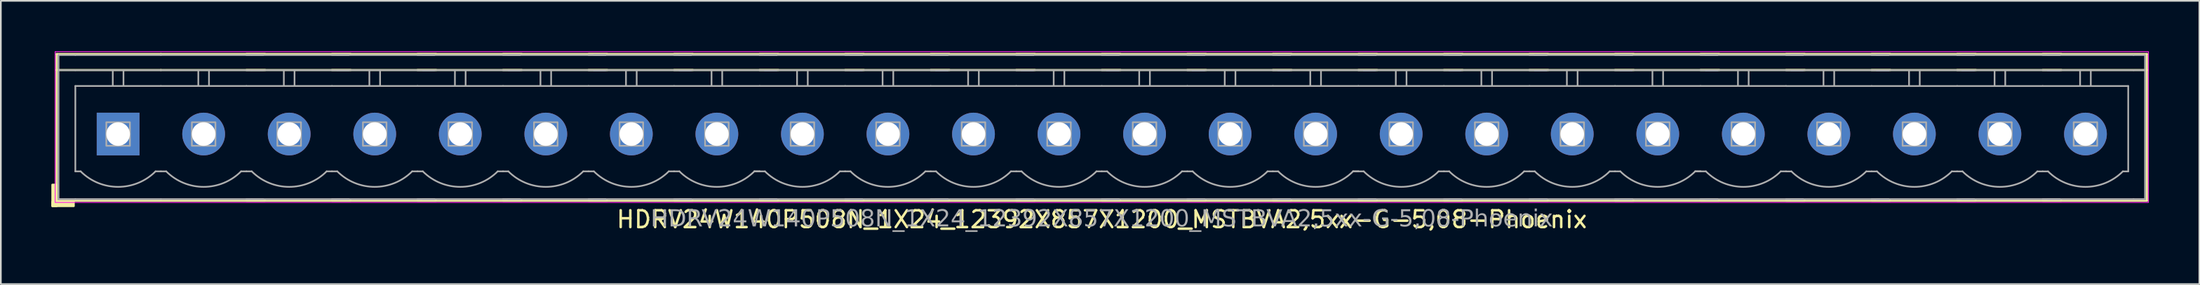
<source format=kicad_pcb>
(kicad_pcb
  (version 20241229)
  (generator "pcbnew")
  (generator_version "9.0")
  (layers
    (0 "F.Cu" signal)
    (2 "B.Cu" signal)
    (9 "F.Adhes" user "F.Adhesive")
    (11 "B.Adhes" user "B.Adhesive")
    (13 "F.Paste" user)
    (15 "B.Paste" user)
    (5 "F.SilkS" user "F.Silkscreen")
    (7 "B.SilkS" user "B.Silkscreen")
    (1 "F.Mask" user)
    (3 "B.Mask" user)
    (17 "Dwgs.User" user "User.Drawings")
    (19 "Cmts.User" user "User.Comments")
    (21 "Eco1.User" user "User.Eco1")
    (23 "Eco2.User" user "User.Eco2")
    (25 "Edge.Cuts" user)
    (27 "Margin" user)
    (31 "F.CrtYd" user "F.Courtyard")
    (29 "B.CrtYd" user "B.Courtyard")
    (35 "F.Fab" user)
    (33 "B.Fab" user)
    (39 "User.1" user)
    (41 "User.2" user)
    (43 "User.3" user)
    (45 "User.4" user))
  (footprint "HDRV24W140P508N_1X24_12392X857X1200_MSTBVA2,5xx-G-5,08-Phoenix"
    (layer "F.Cu")
    (at 62.385 4.925)
    (property "Reference" "HDRV24W140P508N_1X24_12392X857X1200_MSTBVA2,5xx-G-5,08-Phoenix" (at 0 5.08 0) (layer "F.SilkS") (effects (font (size 1 1) (thickness 0.15))))
    (attr through_hole)
    (fp_line (start -62.071 -4.763) (end -62.071 3.969) (stroke (width 0.12) (type solid)) (layer "F.SilkS"))
    (fp_line (start -62.071 -4.763) (end -55.88 -4.763) (stroke (width 0.12) (type solid)) (layer "F.SilkS"))
    (fp_line (start -62.071 -3.81) (end -55.88 -3.81) (stroke (width 0.12) (type solid)) (layer "F.SilkS"))
    (fp_line (start -62.071 3.969) (end -55.88 3.969) (stroke (width 0.12) (type solid)) (layer "F.SilkS"))
    (fp_line (start -49.689 -4.763) (end -55.88 -4.763) (stroke (width 0.12) (type solid)) (layer "F.SilkS"))
    (fp_line (start -49.689 -3.81) (end -55.88 -3.81) (stroke (width 0.12) (type solid)) (layer "F.SilkS"))
    (fp_line (start -49.689 3.969) (end -55.88 3.969) (stroke (width 0.12) (type solid)) (layer "F.SilkS"))
    (fp_line (start -44.609 -4.763) (end -50.8 -4.763) (stroke (width 0.12) (type solid)) (layer "F.SilkS"))
    (fp_line (start -44.609 -3.81) (end -50.8 -3.81) (stroke (width 0.12) (type solid)) (layer "F.SilkS"))
    (fp_line (start -44.609 3.969) (end -50.8 3.969) (stroke (width 0.12) (type solid)) (layer "F.SilkS"))
    (fp_line (start -39.529 -4.763) (end -45.72 -4.763) (stroke (width 0.12) (type solid)) (layer "F.SilkS"))
    (fp_line (start -39.529 -3.81) (end -45.72 -3.81) (stroke (width 0.12) (type solid)) (layer "F.SilkS"))
    (fp_line (start -39.529 3.969) (end -45.72 3.969) (stroke (width 0.12) (type solid)) (layer "F.SilkS"))
    (fp_line (start -34.449 -4.763) (end -40.64 -4.763) (stroke (width 0.12) (type solid)) (layer "F.SilkS"))
    (fp_line (start -34.449 -3.81) (end -40.64 -3.81) (stroke (width 0.12) (type solid)) (layer "F.SilkS"))
    (fp_line (start -34.449 3.969) (end -40.64 3.969) (stroke (width 0.12) (type solid)) (layer "F.SilkS"))
    (fp_line (start -29.369 -4.763) (end -35.56 -4.763) (stroke (width 0.12) (type solid)) (layer "F.SilkS"))
    (fp_line (start -29.369 -3.81) (end -35.56 -3.81) (stroke (width 0.12) (type solid)) (layer "F.SilkS"))
    (fp_line (start -29.369 3.969) (end -35.56 3.969) (stroke (width 0.12) (type solid)) (layer "F.SilkS"))
    (fp_line (start -24.289 -4.763) (end -30.48 -4.763) (stroke (width 0.12) (type solid)) (layer "F.SilkS"))
    (fp_line (start -24.289 -3.81) (end -30.48 -3.81) (stroke (width 0.12) (type solid)) (layer "F.SilkS"))
    (fp_line (start -24.289 3.969) (end -30.48 3.969) (stroke (width 0.12) (type solid)) (layer "F.SilkS"))
    (fp_line (start -19.209 -4.763) (end -25.4 -4.763) (stroke (width 0.12) (type solid)) (layer "F.SilkS"))
    (fp_line (start -19.209 -3.81) (end -25.4 -3.81) (stroke (width 0.12) (type solid)) (layer "F.SilkS"))
    (fp_line (start -19.209 3.969) (end -25.4 3.969) (stroke (width 0.12) (type solid)) (layer "F.SilkS"))
    (fp_line (start -14.129 -4.763) (end -20.32 -4.763) (stroke (width 0.12) (type solid)) (layer "F.SilkS"))
    (fp_line (start -14.129 -3.81) (end -20.32 -3.81) (stroke (width 0.12) (type solid)) (layer "F.SilkS"))
    (fp_line (start -14.129 3.969) (end -20.32 3.969) (stroke (width 0.12) (type solid)) (layer "F.SilkS"))
    (fp_line (start -9.049 -4.763) (end -15.24 -4.763) (stroke (width 0.12) (type solid)) (layer "F.SilkS"))
    (fp_line (start -9.049 -3.81) (end -15.24 -3.81) (stroke (width 0.12) (type solid)) (layer "F.SilkS"))
    (fp_line (start -9.049 3.969) (end -15.24 3.969) (stroke (width 0.12) (type solid)) (layer "F.SilkS"))
    (fp_line (start -3.969 -4.763) (end -10.16 -4.763) (stroke (width 0.12) (type solid)) (layer "F.SilkS"))
    (fp_line (start -3.969 -3.81) (end -10.16 -3.81) (stroke (width 0.12) (type solid)) (layer "F.SilkS"))
    (fp_line (start -3.969 3.969) (end -10.16 3.969) (stroke (width 0.12) (type solid)) (layer "F.SilkS"))
    (fp_line (start 1.111 -4.763) (end -5.08 -4.763) (stroke (width 0.12) (type solid)) (layer "F.SilkS"))
    (fp_line (start 1.111 -3.81) (end -5.08 -3.81) (stroke (width 0.12) (type solid)) (layer "F.SilkS"))
    (fp_line (start 1.111 3.969) (end -5.08 3.969) (stroke (width 0.12) (type solid)) (layer "F.SilkS"))
    (fp_line (start 6.191 -4.763) (end 0 -4.763) (stroke (width 0.12) (type solid)) (layer "F.SilkS"))
    (fp_line (start 6.191 -3.81) (end 0 -3.81) (stroke (width 0.12) (type solid)) (layer "F.SilkS"))
    (fp_line (start 6.191 3.969) (end 0 3.969) (stroke (width 0.12) (type solid)) (layer "F.SilkS"))
    (fp_line (start 11.271 -4.763) (end 5.08 -4.763) (stroke (width 0.12) (type solid)) (layer "F.SilkS"))
    (fp_line (start 11.271 -3.81) (end 5.08 -3.81) (stroke (width 0.12) (type solid)) (layer "F.SilkS"))
    (fp_line (start 11.271 3.969) (end 5.08 3.969) (stroke (width 0.12) (type solid)) (layer "F.SilkS"))
    (fp_line (start 16.351 -4.763) (end 10.16 -4.763) (stroke (width 0.12) (type solid)) (layer "F.SilkS"))
    (fp_line (start 16.351 -3.81) (end 10.16 -3.81) (stroke (width 0.12) (type solid)) (layer "F.SilkS"))
    (fp_line (start 16.351 3.969) (end 10.16 3.969) (stroke (width 0.12) (type solid)) (layer "F.SilkS"))
    (fp_line (start 21.431 -4.763) (end 15.24 -4.763) (stroke (width 0.12) (type solid)) (layer "F.SilkS"))
    (fp_line (start 21.431 -3.81) (end 15.24 -3.81) (stroke (width 0.12) (type solid)) (layer "F.SilkS"))
    (fp_line (start 21.431 3.969) (end 15.24 3.969) (stroke (width 0.12) (type solid)) (layer "F.SilkS"))
    (fp_line (start 26.511 -4.763) (end 20.32 -4.763) (stroke (width 0.12) (type solid)) (layer "F.SilkS"))
    (fp_line (start 26.511 -3.81) (end 20.32 -3.81) (stroke (width 0.12) (type solid)) (layer "F.SilkS"))
    (fp_line (start 26.511 3.969) (end 20.32 3.969) (stroke (width 0.12) (type solid)) (layer "F.SilkS"))
    (fp_line (start 31.591 -4.763) (end 25.4 -4.763) (stroke (width 0.12) (type solid)) (layer "F.SilkS"))
    (fp_line (start 31.591 -3.81) (end 25.4 -3.81) (stroke (width 0.12) (type solid)) (layer "F.SilkS"))
    (fp_line (start 31.591 3.969) (end 25.4 3.969) (stroke (width 0.12) (type solid)) (layer "F.SilkS"))
    (fp_line (start 36.671 -4.763) (end 30.48 -4.763) (stroke (width 0.12) (type solid)) (layer "F.SilkS"))
    (fp_line (start 36.671 -3.81) (end 30.48 -3.81) (stroke (width 0.12) (type solid)) (layer "F.SilkS"))
    (fp_line (start 36.671 3.969) (end 30.48 3.969) (stroke (width 0.12) (type solid)) (layer "F.SilkS"))
    (fp_line (start 41.751 -4.763) (end 35.56 -4.763) (stroke (width 0.12) (type solid)) (layer "F.SilkS"))
    (fp_line (start 41.751 -3.81) (end 35.56 -3.81) (stroke (width 0.12) (type solid)) (layer "F.SilkS"))
    (fp_line (start 41.751 3.969) (end 35.56 3.969) (stroke (width 0.12) (type solid)) (layer "F.SilkS"))
    (fp_line (start 46.831 -4.763) (end 40.64 -4.763) (stroke (width 0.12) (type solid)) (layer "F.SilkS"))
    (fp_line (start 46.831 -3.81) (end 40.64 -3.81) (stroke (width 0.12) (type solid)) (layer "F.SilkS"))
    (fp_line (start 46.831 3.969) (end 40.64 3.969) (stroke (width 0.12) (type solid)) (layer "F.SilkS"))
    (fp_line (start 51.911 -4.763) (end 45.72 -4.763) (stroke (width 0.12) (type solid)) (layer "F.SilkS"))
    (fp_line (start 51.911 -3.81) (end 45.72 -3.81) (stroke (width 0.12) (type solid)) (layer "F.SilkS"))
    (fp_line (start 51.911 3.969) (end 45.72 3.969) (stroke (width 0.12) (type solid)) (layer "F.SilkS"))
    (fp_line (start 56.991 -4.763) (end 50.8 -4.763) (stroke (width 0.12) (type solid)) (layer "F.SilkS"))
    (fp_line (start 56.991 -3.81) (end 50.8 -3.81) (stroke (width 0.12) (type solid)) (layer "F.SilkS"))
    (fp_line (start 56.991 3.969) (end 50.8 3.969) (stroke (width 0.12) (type solid)) (layer "F.SilkS"))
    (fp_line (start 62.071 -4.763) (end 55.88 -4.763) (stroke (width 0.12) (type solid)) (layer "F.SilkS"))
    (fp_line (start 62.071 -4.763) (end 62.071 3.969) (stroke (width 0.12) (type solid)) (layer "F.SilkS"))
    (fp_line (start 62.071 -3.81) (end 55.88 -3.81) (stroke (width 0.12) (type solid)) (layer "F.SilkS"))
    (fp_line (start 62.071 3.969) (end 55.88 3.969) (stroke (width 0.12) (type solid)) (layer "F.SilkS"))
    (fp_rect (start -62.071 3.016) (end -62.325 4.286) (stroke (width 0.12) (type solid)) (fill yes) (layer "F.SilkS"))
    (fp_rect (start -61.055 4.286) (end -62.325 4.032) (stroke (width 0.12) (type solid)) (fill yes) (layer "F.SilkS"))
    (fp_rect (start -62.16 -4.9) (end 62.16 4.07) (stroke (width 0.05) (type default)) (fill no) (layer "F.CrtYd"))
    (fp_line (start -61.96 -4.7) (end -61.96 3.87) (stroke (width 0.1) (type solid)) (layer "F.Fab"))
    (fp_line (start -61.96 -3.8) (end -60.96 -3.8) (stroke (width 0.1) (type solid)) (layer "F.Fab"))
    (fp_line (start -60.96 -4.7) (end -61.96 -4.7) (stroke (width 0.1) (type solid)) (layer "F.Fab"))
    (fp_line (start -60.96 -4.7) (end -55.88 -4.7) (stroke (width 0.1) (type solid)) (layer "F.Fab"))
    (fp_line (start -60.96 -2.858) (end -55.88 -2.858) (stroke (width 0.1) (type default)) (layer "F.Fab"))
    (fp_line (start -60.96 2.222) (end -60.96 -2.858) (stroke (width 0.1) (type default)) (layer "F.Fab"))
    (fp_line (start -60.96 3.87) (end -61.96 3.87) (stroke (width 0.1) (type solid)) (layer "F.Fab"))
    (fp_line (start -60.96 3.87) (end -55.88 3.87) (stroke (width 0.1) (type solid)) (layer "F.Fab"))
    (fp_line (start -60.642 2.222) (end -60.96 2.222) (stroke (width 0.1) (type default)) (layer "F.Fab"))
    (fp_line (start -58.737 -3.8) (end -58.737 -2.858) (stroke (width 0.1) (type default)) (layer "F.Fab"))
    (fp_line (start -58.102 -3.8) (end -58.102 -2.858) (stroke (width 0.1) (type default)) (layer "F.Fab"))
    (fp_line (start -55.88 -4.7) (end -50.483 -4.7) (stroke (width 0.1) (type solid)) (layer "F.Fab"))
    (fp_line (start -55.88 -3.8) (end -60.96 -3.8) (stroke (width 0.1) (type solid)) (layer "F.Fab"))
    (fp_line (start -55.88 -2.858) (end -50.8 -2.858) (stroke (width 0.1) (type default)) (layer "F.Fab"))
    (fp_line (start -55.88 2.222) (end -56.197 2.222) (stroke (width 0.1) (type default)) (layer "F.Fab"))
    (fp_line (start -55.88 3.87) (end -50.483 3.87) (stroke (width 0.1) (type solid)) (layer "F.Fab"))
    (fp_line (start -55.562 2.222) (end -55.88 2.222) (stroke (width 0.1) (type default)) (layer "F.Fab"))
    (fp_line (start -53.657 -3.8) (end -53.657 -2.858) (stroke (width 0.1) (type default)) (layer "F.Fab"))
    (fp_line (start -53.023 -3.8) (end -53.023 -2.858) (stroke (width 0.1) (type default)) (layer "F.Fab"))
    (fp_line (start -50.8 -4.7) (end -45.403 -4.7) (stroke (width 0.1) (type solid)) (layer "F.Fab"))
    (fp_line (start -50.8 -2.858) (end -45.72 -2.858) (stroke (width 0.1) (type default)) (layer "F.Fab"))
    (fp_line (start -50.8 2.222) (end -51.117 2.222) (stroke (width 0.1) (type default)) (layer "F.Fab"))
    (fp_line (start -50.8 3.87) (end -45.403 3.87) (stroke (width 0.1) (type solid)) (layer "F.Fab"))
    (fp_line (start -50.483 -4.7) (end -49.8 -4.7) (stroke (width 0.1) (type solid)) (layer "F.Fab"))
    (fp_line (start -50.483 -3.8) (end -55.88 -3.8) (stroke (width 0.1) (type solid)) (layer "F.Fab"))
    (fp_line (start -50.483 2.222) (end -50.8 2.222) (stroke (width 0.1) (type default)) (layer "F.Fab"))
    (fp_line (start -50.483 3.87) (end -49.8 3.87) (stroke (width 0.1) (type solid)) (layer "F.Fab"))
    (fp_line (start -49.8 -3.8) (end -50.483 -3.8) (stroke (width 0.1) (type solid)) (layer "F.Fab"))
    (fp_line (start -48.578 -3.8) (end -48.578 -2.858) (stroke (width 0.1) (type default)) (layer "F.Fab"))
    (fp_line (start -47.943 -3.8) (end -47.943 -2.858) (stroke (width 0.1) (type default)) (layer "F.Fab"))
    (fp_line (start -45.72 -4.7) (end -40.322 -4.7) (stroke (width 0.1) (type solid)) (layer "F.Fab"))
    (fp_line (start -45.72 -2.858) (end -40.64 -2.858) (stroke (width 0.1) (type default)) (layer "F.Fab"))
    (fp_line (start -45.72 2.222) (end -46.038 2.222) (stroke (width 0.1) (type default)) (layer "F.Fab"))
    (fp_line (start -45.72 3.87) (end -40.322 3.87) (stroke (width 0.1) (type solid)) (layer "F.Fab"))
    (fp_line (start -45.403 -4.7) (end -44.72 -4.7) (stroke (width 0.1) (type solid)) (layer "F.Fab"))
    (fp_line (start -45.403 -4.7) (end -44.72 -4.7) (stroke (width 0.1) (type solid)) (layer "F.Fab"))
    (fp_line (start -45.403 -3.8) (end -50.8 -3.8) (stroke (width 0.1) (type solid)) (layer "F.Fab"))
    (fp_line (start -45.403 2.222) (end -45.72 2.222) (stroke (width 0.1) (type default)) (layer "F.Fab"))
    (fp_line (start -45.403 3.87) (end -44.72 3.87) (stroke (width 0.1) (type solid)) (layer "F.Fab"))
    (fp_line (start -45.403 3.87) (end -44.72 3.87) (stroke (width 0.1) (type solid)) (layer "F.Fab"))
    (fp_line (start -44.72 -3.8) (end -45.403 -3.8) (stroke (width 0.1) (type solid)) (layer "F.Fab"))
    (fp_line (start -44.72 -3.8) (end -45.403 -3.8) (stroke (width 0.1) (type solid)) (layer "F.Fab"))
    (fp_line (start -43.498 -3.8) (end -43.498 -2.858) (stroke (width 0.1) (type default)) (layer "F.Fab"))
    (fp_line (start -42.862 -3.8) (end -42.862 -2.858) (stroke (width 0.1) (type default)) (layer "F.Fab"))
    (fp_line (start -40.64 -4.7) (end -35.242 -4.7) (stroke (width 0.1) (type solid)) (layer "F.Fab"))
    (fp_line (start -40.64 -2.858) (end -35.56 -2.858) (stroke (width 0.1) (type default)) (layer "F.Fab"))
    (fp_line (start -40.64 2.222) (end -40.958 2.222) (stroke (width 0.1) (type default)) (layer "F.Fab"))
    (fp_line (start -40.64 3.87) (end -35.242 3.87) (stroke (width 0.1) (type solid)) (layer "F.Fab"))
    (fp_line (start -40.322 -4.7) (end -39.64 -4.7) (stroke (width 0.1) (type solid)) (layer "F.Fab"))
    (fp_line (start -40.322 -4.7) (end -39.64 -4.7) (stroke (width 0.1) (type solid)) (layer "F.Fab"))
    (fp_line (start -40.322 -4.7) (end -39.64 -4.7) (stroke (width 0.1) (type solid)) (layer "F.Fab"))
    (fp_line (start -40.322 -3.8) (end -45.72 -3.8) (stroke (width 0.1) (type solid)) (layer "F.Fab"))
    (fp_line (start -40.322 2.222) (end -40.64 2.222) (stroke (width 0.1) (type default)) (layer "F.Fab"))
    (fp_line (start -40.322 3.87) (end -39.64 3.87) (stroke (width 0.1) (type solid)) (layer "F.Fab"))
    (fp_line (start -40.322 3.87) (end -39.64 3.87) (stroke (width 0.1) (type solid)) (layer "F.Fab"))
    (fp_line (start -40.322 3.87) (end -39.64 3.87) (stroke (width 0.1) (type solid)) (layer "F.Fab"))
    (fp_line (start -39.64 -3.8) (end -40.322 -3.8) (stroke (width 0.1) (type solid)) (layer "F.Fab"))
    (fp_line (start -39.64 -3.8) (end -40.322 -3.8) (stroke (width 0.1) (type solid)) (layer "F.Fab"))
    (fp_line (start -39.64 -3.8) (end -40.322 -3.8) (stroke (width 0.1) (type solid)) (layer "F.Fab"))
    (fp_line (start -38.417 -3.8) (end -38.417 -2.858) (stroke (width 0.1) (type default)) (layer "F.Fab"))
    (fp_line (start -37.782 -3.8) (end -37.782 -2.858) (stroke (width 0.1) (type default)) (layer "F.Fab"))
    (fp_line (start -35.56 -4.7) (end -30.163 -4.7) (stroke (width 0.1) (type solid)) (layer "F.Fab"))
    (fp_line (start -35.56 -2.858) (end -30.48 -2.858) (stroke (width 0.1) (type default)) (layer "F.Fab"))
    (fp_line (start -35.56 2.222) (end -35.877 2.222) (stroke (width 0.1) (type default)) (layer "F.Fab"))
    (fp_line (start -35.56 3.87) (end -30.163 3.87) (stroke (width 0.1) (type solid)) (layer "F.Fab"))
    (fp_line (start -35.242 -4.7) (end -34.56 -4.7) (stroke (width 0.1) (type solid)) (layer "F.Fab"))
    (fp_line (start -35.242 -4.7) (end -34.56 -4.7) (stroke (width 0.1) (type solid)) (layer "F.Fab"))
    (fp_line (start -35.242 -4.7) (end -34.56 -4.7) (stroke (width 0.1) (type solid)) (layer "F.Fab"))
    (fp_line (start -35.242 -4.7) (end -34.56 -4.7) (stroke (width 0.1) (type solid)) (layer "F.Fab"))
    (fp_line (start -35.242 -3.8) (end -40.64 -3.8) (stroke (width 0.1) (type solid)) (layer "F.Fab"))
    (fp_line (start -35.242 2.222) (end -35.56 2.222) (stroke (width 0.1) (type default)) (layer "F.Fab"))
    (fp_line (start -35.242 3.87) (end -34.56 3.87) (stroke (width 0.1) (type solid)) (layer "F.Fab"))
    (fp_line (start -35.242 3.87) (end -34.56 3.87) (stroke (width 0.1) (type solid)) (layer "F.Fab"))
    (fp_line (start -35.242 3.87) (end -34.56 3.87) (stroke (width 0.1) (type solid)) (layer "F.Fab"))
    (fp_line (start -35.242 3.87) (end -34.56 3.87) (stroke (width 0.1) (type solid)) (layer "F.Fab"))
    (fp_line (start -34.56 -3.8) (end -35.242 -3.8) (stroke (width 0.1) (type solid)) (layer "F.Fab"))
    (fp_line (start -34.56 -3.8) (end -35.242 -3.8) (stroke (width 0.1) (type solid)) (layer "F.Fab"))
    (fp_line (start -34.56 -3.8) (end -35.242 -3.8) (stroke (width 0.1) (type solid)) (layer "F.Fab"))
    (fp_line (start -34.56 -3.8) (end -35.242 -3.8) (stroke (width 0.1) (type solid)) (layer "F.Fab"))
    (fp_line (start -33.337 -3.8) (end -33.337 -2.858) (stroke (width 0.1) (type default)) (layer "F.Fab"))
    (fp_line (start -32.703 -3.8) (end -32.703 -2.858) (stroke (width 0.1) (type default)) (layer "F.Fab"))
    (fp_line (start -30.48 -4.7) (end -25.082 -4.7) (stroke (width 0.1) (type solid)) (layer "F.Fab"))
    (fp_line (start -30.48 -2.858) (end -25.4 -2.858) (stroke (width 0.1) (type default)) (layer "F.Fab"))
    (fp_line (start -30.48 2.222) (end -30.797 2.222) (stroke (width 0.1) (type default)) (layer "F.Fab"))
    (fp_line (start -30.48 3.87) (end -25.082 3.87) (stroke (width 0.1) (type solid)) (layer "F.Fab"))
    (fp_line (start -30.163 -4.7) (end -29.48 -4.7) (stroke (width 0.1) (type solid)) (layer "F.Fab"))
    (fp_line (start -30.163 -4.7) (end -29.48 -4.7) (stroke (width 0.1) (type solid)) (layer "F.Fab"))
    (fp_line (start -30.163 -4.7) (end -29.48 -4.7) (stroke (width 0.1) (type solid)) (layer "F.Fab"))
    (fp_line (start -30.163 -4.7) (end -29.48 -4.7) (stroke (width 0.1) (type solid)) (layer "F.Fab"))
    (fp_line (start -30.163 -4.7) (end -29.48 -4.7) (stroke (width 0.1) (type solid)) (layer "F.Fab"))
    (fp_line (start -30.163 -3.8) (end -35.56 -3.8) (stroke (width 0.1) (type solid)) (layer "F.Fab"))
    (fp_line (start -30.163 2.222) (end -30.48 2.222) (stroke (width 0.1) (type default)) (layer "F.Fab"))
    (fp_line (start -30.163 3.87) (end -29.48 3.87) (stroke (width 0.1) (type solid)) (layer "F.Fab"))
    (fp_line (start -30.163 3.87) (end -29.48 3.87) (stroke (width 0.1) (type solid)) (layer "F.Fab"))
    (fp_line (start -30.163 3.87) (end -29.48 3.87) (stroke (width 0.1) (type solid)) (layer "F.Fab"))
    (fp_line (start -30.163 3.87) (end -29.48 3.87) (stroke (width 0.1) (type solid)) (layer "F.Fab"))
    (fp_line (start -30.163 3.87) (end -29.48 3.87) (stroke (width 0.1) (type solid)) (layer "F.Fab"))
    (fp_line (start -29.48 -3.8) (end -30.163 -3.8) (stroke (width 0.1) (type solid)) (layer "F.Fab"))
    (fp_line (start -29.48 -3.8) (end -30.163 -3.8) (stroke (width 0.1) (type solid)) (layer "F.Fab"))
    (fp_line (start -29.48 -3.8) (end -30.163 -3.8) (stroke (width 0.1) (type solid)) (layer "F.Fab"))
    (fp_line (start -29.48 -3.8) (end -30.163 -3.8) (stroke (width 0.1) (type solid)) (layer "F.Fab"))
    (fp_line (start -29.48 -3.8) (end -30.163 -3.8) (stroke (width 0.1) (type solid)) (layer "F.Fab"))
    (fp_line (start -28.258 -3.8) (end -28.258 -2.858) (stroke (width 0.1) (type default)) (layer "F.Fab"))
    (fp_line (start -27.622 -3.8) (end -27.622 -2.858) (stroke (width 0.1) (type default)) (layer "F.Fab"))
    (fp_line (start -25.4 -4.7) (end -20.003 -4.7) (stroke (width 0.1) (type solid)) (layer "F.Fab"))
    (fp_line (start -25.4 -2.858) (end -20.32 -2.858) (stroke (width 0.1) (type default)) (layer "F.Fab"))
    (fp_line (start -25.4 2.222) (end -25.718 2.222) (stroke (width 0.1) (type default)) (layer "F.Fab"))
    (fp_line (start -25.4 3.87) (end -20.003 3.87) (stroke (width 0.1) (type solid)) (layer "F.Fab"))
    (fp_line (start -25.082 -4.7) (end -24.4 -4.7) (stroke (width 0.1) (type solid)) (layer "F.Fab"))
    (fp_line (start -25.082 -4.7) (end -24.4 -4.7) (stroke (width 0.1) (type solid)) (layer "F.Fab"))
    (fp_line (start -25.082 -4.7) (end -24.4 -4.7) (stroke (width 0.1) (type solid)) (layer "F.Fab"))
    (fp_line (start -25.082 -4.7) (end -24.4 -4.7) (stroke (width 0.1) (type solid)) (layer "F.Fab"))
    (fp_line (start -25.082 -4.7) (end -24.4 -4.7) (stroke (width 0.1) (type solid)) (layer "F.Fab"))
    (fp_line (start -25.082 -4.7) (end -24.4 -4.7) (stroke (width 0.1) (type solid)) (layer "F.Fab"))
    (fp_line (start -25.082 -3.8) (end -30.48 -3.8) (stroke (width 0.1) (type solid)) (layer "F.Fab"))
    (fp_line (start -25.082 2.222) (end -25.4 2.222) (stroke (width 0.1) (type default)) (layer "F.Fab"))
    (fp_line (start -25.082 3.87) (end -24.4 3.87) (stroke (width 0.1) (type solid)) (layer "F.Fab"))
    (fp_line (start -25.082 3.87) (end -24.4 3.87) (stroke (width 0.1) (type solid)) (layer "F.Fab"))
    (fp_line (start -25.082 3.87) (end -24.4 3.87) (stroke (width 0.1) (type solid)) (layer "F.Fab"))
    (fp_line (start -25.082 3.87) (end -24.4 3.87) (stroke (width 0.1) (type solid)) (layer "F.Fab"))
    (fp_line (start -25.082 3.87) (end -24.4 3.87) (stroke (width 0.1) (type solid)) (layer "F.Fab"))
    (fp_line (start -25.082 3.87) (end -24.4 3.87) (stroke (width 0.1) (type solid)) (layer "F.Fab"))
    (fp_line (start -24.4 -3.8) (end -25.082 -3.8) (stroke (width 0.1) (type solid)) (layer "F.Fab"))
    (fp_line (start -24.4 -3.8) (end -25.082 -3.8) (stroke (width 0.1) (type solid)) (layer "F.Fab"))
    (fp_line (start -24.4 -3.8) (end -25.082 -3.8) (stroke (width 0.1) (type solid)) (layer "F.Fab"))
    (fp_line (start -24.4 -3.8) (end -25.082 -3.8) (stroke (width 0.1) (type solid)) (layer "F.Fab"))
    (fp_line (start -24.4 -3.8) (end -25.082 -3.8) (stroke (width 0.1) (type solid)) (layer "F.Fab"))
    (fp_line (start -24.4 -3.8) (end -25.082 -3.8) (stroke (width 0.1) (type solid)) (layer "F.Fab"))
    (fp_line (start -23.177 -3.8) (end -23.177 -2.858) (stroke (width 0.1) (type default)) (layer "F.Fab"))
    (fp_line (start -22.543 -3.8) (end -22.543 -2.858) (stroke (width 0.1) (type default)) (layer "F.Fab"))
    (fp_line (start -20.32 -4.7) (end -14.922 -4.7) (stroke (width 0.1) (type solid)) (layer "F.Fab"))
    (fp_line (start -20.32 -2.858) (end -15.24 -2.858) (stroke (width 0.1) (type default)) (layer "F.Fab"))
    (fp_line (start -20.32 2.222) (end -20.637 2.222) (stroke (width 0.1) (type default)) (layer "F.Fab"))
    (fp_line (start -20.32 2.222) (end -20.637 2.222) (stroke (width 0.1) (type default)) (layer "F.Fab"))
    (fp_line (start -20.32 3.87) (end -14.922 3.87) (stroke (width 0.1) (type solid)) (layer "F.Fab"))
    (fp_line (start -20.003 -4.7) (end -19.32 -4.7) (stroke (width 0.1) (type solid)) (layer "F.Fab"))
    (fp_line (start -20.003 -4.7) (end -19.32 -4.7) (stroke (width 0.1) (type solid)) (layer "F.Fab"))
    (fp_line (start -20.003 -4.7) (end -19.32 -4.7) (stroke (width 0.1) (type solid)) (layer "F.Fab"))
    (fp_line (start -20.003 -4.7) (end -19.32 -4.7) (stroke (width 0.1) (type solid)) (layer "F.Fab"))
    (fp_line (start -20.003 -4.7) (end -19.32 -4.7) (stroke (width 0.1) (type solid)) (layer "F.Fab"))
    (fp_line (start -20.003 -4.7) (end -19.32 -4.7) (stroke (width 0.1) (type solid)) (layer "F.Fab"))
    (fp_line (start -20.003 -4.7) (end -19.32 -4.7) (stroke (width 0.1) (type solid)) (layer "F.Fab"))
    (fp_line (start -20.003 -3.8) (end -25.4 -3.8) (stroke (width 0.1) (type solid)) (layer "F.Fab"))
    (fp_line (start -20.003 2.222) (end -20.32 2.222) (stroke (width 0.1) (type default)) (layer "F.Fab"))
    (fp_line (start -20.003 3.87) (end -19.32 3.87) (stroke (width 0.1) (type solid)) (layer "F.Fab"))
    (fp_line (start -20.003 3.87) (end -19.32 3.87) (stroke (width 0.1) (type solid)) (layer "F.Fab"))
    (fp_line (start -20.003 3.87) (end -19.32 3.87) (stroke (width 0.1) (type solid)) (layer "F.Fab"))
    (fp_line (start -20.003 3.87) (end -19.32 3.87) (stroke (width 0.1) (type solid)) (layer "F.Fab"))
    (fp_line (start -20.003 3.87) (end -19.32 3.87) (stroke (width 0.1) (type solid)) (layer "F.Fab"))
    (fp_line (start -20.003 3.87) (end -19.32 3.87) (stroke (width 0.1) (type solid)) (layer "F.Fab"))
    (fp_line (start -20.003 3.87) (end -19.32 3.87) (stroke (width 0.1) (type solid)) (layer "F.Fab"))
    (fp_line (start -19.32 -3.8) (end -20.003 -3.8) (stroke (width 0.1) (type solid)) (layer "F.Fab"))
    (fp_line (start -19.32 -3.8) (end -20.003 -3.8) (stroke (width 0.1) (type solid)) (layer "F.Fab"))
    (fp_line (start -19.32 -3.8) (end -20.003 -3.8) (stroke (width 0.1) (type solid)) (layer "F.Fab"))
    (fp_line (start -19.32 -3.8) (end -20.003 -3.8) (stroke (width 0.1) (type solid)) (layer "F.Fab"))
    (fp_line (start -19.32 -3.8) (end -20.003 -3.8) (stroke (width 0.1) (type solid)) (layer "F.Fab"))
    (fp_line (start -19.32 -3.8) (end -20.003 -3.8) (stroke (width 0.1) (type solid)) (layer "F.Fab"))
    (fp_line (start -19.32 -3.8) (end -20.003 -3.8) (stroke (width 0.1) (type solid)) (layer "F.Fab"))
    (fp_line (start -18.098 -3.8) (end -18.098 -2.858) (stroke (width 0.1) (type default)) (layer "F.Fab"))
    (fp_line (start -17.462 -3.8) (end -17.462 -2.858) (stroke (width 0.1) (type default)) (layer "F.Fab"))
    (fp_line (start -15.24 -4.7) (end -9.842 -4.7) (stroke (width 0.1) (type solid)) (layer "F.Fab"))
    (fp_line (start -15.24 -2.858) (end -10.16 -2.858) (stroke (width 0.1) (type default)) (layer "F.Fab"))
    (fp_line (start -15.24 2.222) (end -15.557 2.222) (stroke (width 0.1) (type default)) (layer "F.Fab"))
    (fp_line (start -15.24 3.87) (end -9.842 3.87) (stroke (width 0.1) (type solid)) (layer "F.Fab"))
    (fp_line (start -14.922 -4.7) (end -14.24 -4.7) (stroke (width 0.1) (type solid)) (layer "F.Fab"))
    (fp_line (start -14.922 -4.7) (end -14.24 -4.7) (stroke (width 0.1) (type solid)) (layer "F.Fab"))
    (fp_line (start -14.922 -4.7) (end -14.24 -4.7) (stroke (width 0.1) (type solid)) (layer "F.Fab"))
    (fp_line (start -14.922 -4.7) (end -14.24 -4.7) (stroke (width 0.1) (type solid)) (layer "F.Fab"))
    (fp_line (start -14.922 -4.7) (end -14.24 -4.7) (stroke (width 0.1) (type solid)) (layer "F.Fab"))
    (fp_line (start -14.922 -4.7) (end -14.24 -4.7) (stroke (width 0.1) (type solid)) (layer "F.Fab"))
    (fp_line (start -14.922 -4.7) (end -14.24 -4.7) (stroke (width 0.1) (type solid)) (layer "F.Fab"))
    (fp_line (start -14.922 -4.7) (end -14.24 -4.7) (stroke (width 0.1) (type solid)) (layer "F.Fab"))
    (fp_line (start -14.922 -3.8) (end -20.32 -3.8) (stroke (width 0.1) (type solid)) (layer "F.Fab"))
    (fp_line (start -14.922 2.222) (end -15.24 2.222) (stroke (width 0.1) (type default)) (layer "F.Fab"))
    (fp_line (start -14.922 3.87) (end -14.24 3.87) (stroke (width 0.1) (type solid)) (layer "F.Fab"))
    (fp_line (start -14.922 3.87) (end -14.24 3.87) (stroke (width 0.1) (type solid)) (layer "F.Fab"))
    (fp_line (start -14.922 3.87) (end -14.24 3.87) (stroke (width 0.1) (type solid)) (layer "F.Fab"))
    (fp_line (start -14.922 3.87) (end -14.24 3.87) (stroke (width 0.1) (type solid)) (layer "F.Fab"))
    (fp_line (start -14.922 3.87) (end -14.24 3.87) (stroke (width 0.1) (type solid)) (layer "F.Fab"))
    (fp_line (start -14.922 3.87) (end -14.24 3.87) (stroke (width 0.1) (type solid)) (layer "F.Fab"))
    (fp_line (start -14.922 3.87) (end -14.24 3.87) (stroke (width 0.1) (type solid)) (layer "F.Fab"))
    (fp_line (start -14.922 3.87) (end -14.24 3.87) (stroke (width 0.1) (type solid)) (layer "F.Fab"))
    (fp_line (start -14.24 -3.8) (end -14.922 -3.8) (stroke (width 0.1) (type solid)) (layer "F.Fab"))
    (fp_line (start -14.24 -3.8) (end -14.922 -3.8) (stroke (width 0.1) (type solid)) (layer "F.Fab"))
    (fp_line (start -14.24 -3.8) (end -14.922 -3.8) (stroke (width 0.1) (type solid)) (layer "F.Fab"))
    (fp_line (start -14.24 -3.8) (end -14.922 -3.8) (stroke (width 0.1) (type solid)) (layer "F.Fab"))
    (fp_line (start -14.24 -3.8) (end -14.922 -3.8) (stroke (width 0.1) (type solid)) (layer "F.Fab"))
    (fp_line (start -14.24 -3.8) (end -14.922 -3.8) (stroke (width 0.1) (type solid)) (layer "F.Fab"))
    (fp_line (start -14.24 -3.8) (end -14.922 -3.8) (stroke (width 0.1) (type solid)) (layer "F.Fab"))
    (fp_line (start -14.24 -3.8) (end -14.922 -3.8) (stroke (width 0.1) (type solid)) (layer "F.Fab"))
    (fp_line (start -13.018 -3.8) (end -13.018 -2.858) (stroke (width 0.1) (type default)) (layer "F.Fab"))
    (fp_line (start -12.383 -3.8) (end -12.383 -2.858) (stroke (width 0.1) (type default)) (layer "F.Fab"))
    (fp_line (start -10.16 -4.7) (end -4.763 -4.7) (stroke (width 0.1) (type solid)) (layer "F.Fab"))
    (fp_line (start -10.16 -2.858) (end -5.08 -2.858) (stroke (width 0.1) (type default)) (layer "F.Fab"))
    (fp_line (start -10.16 2.222) (end -10.477 2.222) (stroke (width 0.1) (type default)) (layer "F.Fab"))
    (fp_line (start -10.16 3.87) (end -4.763 3.87) (stroke (width 0.1) (type solid)) (layer "F.Fab"))
    (fp_line (start -9.842 -4.7) (end -9.16 -4.7) (stroke (width 0.1) (type solid)) (layer "F.Fab"))
    (fp_line (start -9.842 -4.7) (end -9.16 -4.7) (stroke (width 0.1) (type solid)) (layer "F.Fab"))
    (fp_line (start -9.842 -4.7) (end -9.16 -4.7) (stroke (width 0.1) (type solid)) (layer "F.Fab"))
    (fp_line (start -9.842 -4.7) (end -9.16 -4.7) (stroke (width 0.1) (type solid)) (layer "F.Fab"))
    (fp_line (start -9.842 -4.7) (end -9.16 -4.7) (stroke (width 0.1) (type solid)) (layer "F.Fab"))
    (fp_line (start -9.842 -4.7) (end -9.16 -4.7) (stroke (width 0.1) (type solid)) (layer "F.Fab"))
    (fp_line (start -9.842 -4.7) (end -9.16 -4.7) (stroke (width 0.1) (type solid)) (layer "F.Fab"))
    (fp_line (start -9.842 -4.7) (end -9.16 -4.7) (stroke (width 0.1) (type solid)) (layer "F.Fab"))
    (fp_line (start -9.842 -4.7) (end -9.16 -4.7) (stroke (width 0.1) (type solid)) (layer "F.Fab"))
    (fp_line (start -9.842 -3.8) (end -15.24 -3.8) (stroke (width 0.1) (type solid)) (layer "F.Fab"))
    (fp_line (start -9.842 2.222) (end -10.16 2.222) (stroke (width 0.1) (type default)) (layer "F.Fab"))
    (fp_line (start -9.842 3.87) (end -9.16 3.87) (stroke (width 0.1) (type solid)) (layer "F.Fab"))
    (fp_line (start -9.842 3.87) (end -9.16 3.87) (stroke (width 0.1) (type solid)) (layer "F.Fab"))
    (fp_line (start -9.842 3.87) (end -9.16 3.87) (stroke (width 0.1) (type solid)) (layer "F.Fab"))
    (fp_line (start -9.842 3.87) (end -9.16 3.87) (stroke (width 0.1) (type solid)) (layer "F.Fab"))
    (fp_line (start -9.842 3.87) (end -9.16 3.87) (stroke (width 0.1) (type solid)) (layer "F.Fab"))
    (fp_line (start -9.842 3.87) (end -9.16 3.87) (stroke (width 0.1) (type solid)) (layer "F.Fab"))
    (fp_line (start -9.842 3.87) (end -9.16 3.87) (stroke (width 0.1) (type solid)) (layer "F.Fab"))
    (fp_line (start -9.842 3.87) (end -9.16 3.87) (stroke (width 0.1) (type solid)) (layer "F.Fab"))
    (fp_line (start -9.842 3.87) (end -9.16 3.87) (stroke (width 0.1) (type solid)) (layer "F.Fab"))
    (fp_line (start -9.16 -3.8) (end -9.842 -3.8) (stroke (width 0.1) (type solid)) (layer "F.Fab"))
    (fp_line (start -9.16 -3.8) (end -9.842 -3.8) (stroke (width 0.1) (type solid)) (layer "F.Fab"))
    (fp_line (start -9.16 -3.8) (end -9.842 -3.8) (stroke (width 0.1) (type solid)) (layer "F.Fab"))
    (fp_line (start -9.16 -3.8) (end -9.842 -3.8) (stroke (width 0.1) (type solid)) (layer "F.Fab"))
    (fp_line (start -9.16 -3.8) (end -9.842 -3.8) (stroke (width 0.1) (type solid)) (layer "F.Fab"))
    (fp_line (start -9.16 -3.8) (end -9.842 -3.8) (stroke (width 0.1) (type solid)) (layer "F.Fab"))
    (fp_line (start -9.16 -3.8) (end -9.842 -3.8) (stroke (width 0.1) (type solid)) (layer "F.Fab"))
    (fp_line (start -9.16 -3.8) (end -9.842 -3.8) (stroke (width 0.1) (type solid)) (layer "F.Fab"))
    (fp_line (start -9.16 -3.8) (end -9.842 -3.8) (stroke (width 0.1) (type solid)) (layer "F.Fab"))
    (fp_line (start -7.938 -3.8) (end -7.938 -2.858) (stroke (width 0.1) (type default)) (layer "F.Fab"))
    (fp_line (start -7.303 -3.8) (end -7.303 -2.858) (stroke (width 0.1) (type default)) (layer "F.Fab"))
    (fp_line (start -5.08 -4.7) (end 0.318 -4.7) (stroke (width 0.1) (type solid)) (layer "F.Fab"))
    (fp_line (start -5.08 -2.858) (end 0 -2.858) (stroke (width 0.1) (type default)) (layer "F.Fab"))
    (fp_line (start -5.08 2.222) (end -5.397 2.222) (stroke (width 0.1) (type default)) (layer "F.Fab"))
    (fp_line (start -5.08 3.87) (end 0.318 3.87) (stroke (width 0.1) (type solid)) (layer "F.Fab"))
    (fp_line (start -4.763 -4.7) (end -4.08 -4.7) (stroke (width 0.1) (type solid)) (layer "F.Fab"))
    (fp_line (start -4.763 -4.7) (end -4.08 -4.7) (stroke (width 0.1) (type solid)) (layer "F.Fab"))
    (fp_line (start -4.763 -4.7) (end -4.08 -4.7) (stroke (width 0.1) (type solid)) (layer "F.Fab"))
    (fp_line (start -4.763 -4.7) (end -4.08 -4.7) (stroke (width 0.1) (type solid)) (layer "F.Fab"))
    (fp_line (start -4.763 -4.7) (end -4.08 -4.7) (stroke (width 0.1) (type solid)) (layer "F.Fab"))
    (fp_line (start -4.763 -4.7) (end -4.08 -4.7) (stroke (width 0.1) (type solid)) (layer "F.Fab"))
    (fp_line (start -4.763 -4.7) (end -4.08 -4.7) (stroke (width 0.1) (type solid)) (layer "F.Fab"))
    (fp_line (start -4.763 -4.7) (end -4.08 -4.7) (stroke (width 0.1) (type solid)) (layer "F.Fab"))
    (fp_line (start -4.763 -4.7) (end -4.08 -4.7) (stroke (width 0.1) (type solid)) (layer "F.Fab"))
    (fp_line (start -4.763 -4.7) (end -4.08 -4.7) (stroke (width 0.1) (type solid)) (layer "F.Fab"))
    (fp_line (start -4.763 -3.8) (end -10.16 -3.8) (stroke (width 0.1) (type solid)) (layer "F.Fab"))
    (fp_line (start -4.763 2.222) (end -5.08 2.222) (stroke (width 0.1) (type default)) (layer "F.Fab"))
    (fp_line (start -4.763 3.87) (end -4.08 3.87) (stroke (width 0.1) (type solid)) (layer "F.Fab"))
    (fp_line (start -4.763 3.87) (end -4.08 3.87) (stroke (width 0.1) (type solid)) (layer "F.Fab"))
    (fp_line (start -4.763 3.87) (end -4.08 3.87) (stroke (width 0.1) (type solid)) (layer "F.Fab"))
    (fp_line (start -4.763 3.87) (end -4.08 3.87) (stroke (width 0.1) (type solid)) (layer "F.Fab"))
    (fp_line (start -4.763 3.87) (end -4.08 3.87) (stroke (width 0.1) (type solid)) (layer "F.Fab"))
    (fp_line (start -4.763 3.87) (end -4.08 3.87) (stroke (width 0.1) (type solid)) (layer "F.Fab"))
    (fp_line (start -4.763 3.87) (end -4.08 3.87) (stroke (width 0.1) (type solid)) (layer "F.Fab"))
    (fp_line (start -4.763 3.87) (end -4.08 3.87) (stroke (width 0.1) (type solid)) (layer "F.Fab"))
    (fp_line (start -4.763 3.87) (end -4.08 3.87) (stroke (width 0.1) (type solid)) (layer "F.Fab"))
    (fp_line (start -4.763 3.87) (end -4.08 3.87) (stroke (width 0.1) (type solid)) (layer "F.Fab"))
    (fp_line (start -4.08 -3.8) (end -4.763 -3.8) (stroke (width 0.1) (type solid)) (layer "F.Fab"))
    (fp_line (start -4.08 -3.8) (end -4.763 -3.8) (stroke (width 0.1) (type solid)) (layer "F.Fab"))
    (fp_line (start -4.08 -3.8) (end -4.763 -3.8) (stroke (width 0.1) (type solid)) (layer "F.Fab"))
    (fp_line (start -4.08 -3.8) (end -4.763 -3.8) (stroke (width 0.1) (type solid)) (layer "F.Fab"))
    (fp_line (start -4.08 -3.8) (end -4.763 -3.8) (stroke (width 0.1) (type solid)) (layer "F.Fab"))
    (fp_line (start -4.08 -3.8) (end -4.763 -3.8) (stroke (width 0.1) (type solid)) (layer "F.Fab"))
    (fp_line (start -4.08 -3.8) (end -4.763 -3.8) (stroke (width 0.1) (type solid)) (layer "F.Fab"))
    (fp_line (start -4.08 -3.8) (end -4.763 -3.8) (stroke (width 0.1) (type solid)) (layer "F.Fab"))
    (fp_line (start -4.08 -3.8) (end -4.763 -3.8) (stroke (width 0.1) (type solid)) (layer "F.Fab"))
    (fp_line (start -4.08 -3.8) (end -4.763 -3.8) (stroke (width 0.1) (type solid)) (layer "F.Fab"))
    (fp_line (start -2.857 -3.8) (end -2.857 -2.858) (stroke (width 0.1) (type default)) (layer "F.Fab"))
    (fp_line (start -2.223 -3.8) (end -2.223 -2.858) (stroke (width 0.1) (type default)) (layer "F.Fab"))
    (fp_line (start 0 -4.7) (end 5.397 -4.7) (stroke (width 0.1) (type solid)) (layer "F.Fab"))
    (fp_line (start 0 -2.858) (end 5.08 -2.858) (stroke (width 0.1) (type default)) (layer "F.Fab"))
    (fp_line (start 0 2.222) (end -0.318 2.222) (stroke (width 0.1) (type default)) (layer "F.Fab"))
    (fp_line (start 0 3.87) (end 5.397 3.87) (stroke (width 0.1) (type solid)) (layer "F.Fab"))
    (fp_line (start 0.318 -4.7) (end 1 -4.7) (stroke (width 0.1) (type solid)) (layer "F.Fab"))
    (fp_line (start 0.318 -4.7) (end 1 -4.7) (stroke (width 0.1) (type solid)) (layer "F.Fab"))
    (fp_line (start 0.318 -4.7) (end 1 -4.7) (stroke (width 0.1) (type solid)) (layer "F.Fab"))
    (fp_line (start 0.318 -4.7) (end 1 -4.7) (stroke (width 0.1) (type solid)) (layer "F.Fab"))
    (fp_line (start 0.318 -4.7) (end 1 -4.7) (stroke (width 0.1) (type solid)) (layer "F.Fab"))
    (fp_line (start 0.318 -4.7) (end 1 -4.7) (stroke (width 0.1) (type solid)) (layer "F.Fab"))
    (fp_line (start 0.318 -4.7) (end 1 -4.7) (stroke (width 0.1) (type solid)) (layer "F.Fab"))
    (fp_line (start 0.318 -4.7) (end 1 -4.7) (stroke (width 0.1) (type solid)) (layer "F.Fab"))
    (fp_line (start 0.318 -4.7) (end 1 -4.7) (stroke (width 0.1) (type solid)) (layer "F.Fab"))
    (fp_line (start 0.318 -4.7) (end 1 -4.7) (stroke (width 0.1) (type solid)) (layer "F.Fab"))
    (fp_line (start 0.318 -4.7) (end 1 -4.7) (stroke (width 0.1) (type solid)) (layer "F.Fab"))
    (fp_line (start 0.318 -3.8) (end -5.08 -3.8) (stroke (width 0.1) (type solid)) (layer "F.Fab"))
    (fp_line (start 0.318 2.222) (end 0 2.222) (stroke (width 0.1) (type default)) (layer "F.Fab"))
    (fp_line (start 0.318 3.87) (end 1 3.87) (stroke (width 0.1) (type solid)) (layer "F.Fab"))
    (fp_line (start 0.318 3.87) (end 1 3.87) (stroke (width 0.1) (type solid)) (layer "F.Fab"))
    (fp_line (start 0.318 3.87) (end 1 3.87) (stroke (width 0.1) (type solid)) (layer "F.Fab"))
    (fp_line (start 0.318 3.87) (end 1 3.87) (stroke (width 0.1) (type solid)) (layer "F.Fab"))
    (fp_line (start 0.318 3.87) (end 1 3.87) (stroke (width 0.1) (type solid)) (layer "F.Fab"))
    (fp_line (start 0.318 3.87) (end 1 3.87) (stroke (width 0.1) (type solid)) (layer "F.Fab"))
    (fp_line (start 0.318 3.87) (end 1 3.87) (stroke (width 0.1) (type solid)) (layer "F.Fab"))
    (fp_line (start 0.318 3.87) (end 1 3.87) (stroke (width 0.1) (type solid)) (layer "F.Fab"))
    (fp_line (start 0.318 3.87) (end 1 3.87) (stroke (width 0.1) (type solid)) (layer "F.Fab"))
    (fp_line (start 0.318 3.87) (end 1 3.87) (stroke (width 0.1) (type solid)) (layer "F.Fab"))
    (fp_line (start 0.318 3.87) (end 1 3.87) (stroke (width 0.1) (type solid)) (layer "F.Fab"))
    (fp_line (start 1 -3.8) (end 0.318 -3.8) (stroke (width 0.1) (type solid)) (layer "F.Fab"))
    (fp_line (start 1 -3.8) (end 0.318 -3.8) (stroke (width 0.1) (type solid)) (layer "F.Fab"))
    (fp_line (start 1 -3.8) (end 0.318 -3.8) (stroke (width 0.1) (type solid)) (layer "F.Fab"))
    (fp_line (start 1 -3.8) (end 0.318 -3.8) (stroke (width 0.1) (type solid)) (layer "F.Fab"))
    (fp_line (start 1 -3.8) (end 0.318 -3.8) (stroke (width 0.1) (type solid)) (layer "F.Fab"))
    (fp_line (start 1 -3.8) (end 0.318 -3.8) (stroke (width 0.1) (type solid)) (layer "F.Fab"))
    (fp_line (start 1 -3.8) (end 0.318 -3.8) (stroke (width 0.1) (type solid)) (layer "F.Fab"))
    (fp_line (start 1 -3.8) (end 0.318 -3.8) (stroke (width 0.1) (type solid)) (layer "F.Fab"))
    (fp_line (start 1 -3.8) (end 0.318 -3.8) (stroke (width 0.1) (type solid)) (layer "F.Fab"))
    (fp_line (start 1 -3.8) (end 0.318 -3.8) (stroke (width 0.1) (type solid)) (layer "F.Fab"))
    (fp_line (start 1 -3.8) (end 0.318 -3.8) (stroke (width 0.1) (type solid)) (layer "F.Fab"))
    (fp_line (start 2.223 -3.8) (end 2.223 -2.858) (stroke (width 0.1) (type default)) (layer "F.Fab"))
    (fp_line (start 2.857 -3.8) (end 2.857 -2.858) (stroke (width 0.1) (type default)) (layer "F.Fab"))
    (fp_line (start 5.08 -4.7) (end 10.477 -4.7) (stroke (width 0.1) (type solid)) (layer "F.Fab"))
    (fp_line (start 5.08 -2.858) (end 10.16 -2.858) (stroke (width 0.1) (type default)) (layer "F.Fab"))
    (fp_line (start 5.08 2.222) (end 4.763 2.222) (stroke (width 0.1) (type default)) (layer "F.Fab"))
    (fp_line (start 5.08 3.87) (end 10.477 3.87) (stroke (width 0.1) (type solid)) (layer "F.Fab"))
    (fp_line (start 5.397 -4.7) (end 6.08 -4.7) (stroke (width 0.1) (type solid)) (layer "F.Fab"))
    (fp_line (start 5.397 -4.7) (end 6.08 -4.7) (stroke (width 0.1) (type solid)) (layer "F.Fab"))
    (fp_line (start 5.397 -4.7) (end 6.08 -4.7) (stroke (width 0.1) (type solid)) (layer "F.Fab"))
    (fp_line (start 5.397 -4.7) (end 6.08 -4.7) (stroke (width 0.1) (type solid)) (layer "F.Fab"))
    (fp_line (start 5.397 -4.7) (end 6.08 -4.7) (stroke (width 0.1) (type solid)) (layer "F.Fab"))
    (fp_line (start 5.397 -4.7) (end 6.08 -4.7) (stroke (width 0.1) (type solid)) (layer "F.Fab"))
    (fp_line (start 5.397 -4.7) (end 6.08 -4.7) (stroke (width 0.1) (type solid)) (layer "F.Fab"))
    (fp_line (start 5.397 -4.7) (end 6.08 -4.7) (stroke (width 0.1) (type solid)) (layer "F.Fab"))
    (fp_line (start 5.397 -4.7) (end 6.08 -4.7) (stroke (width 0.1) (type solid)) (layer "F.Fab"))
    (fp_line (start 5.397 -4.7) (end 6.08 -4.7) (stroke (width 0.1) (type solid)) (layer "F.Fab"))
    (fp_line (start 5.397 -4.7) (end 6.08 -4.7) (stroke (width 0.1) (type solid)) (layer "F.Fab"))
    (fp_line (start 5.397 -4.7) (end 6.08 -4.7) (stroke (width 0.1) (type solid)) (layer "F.Fab"))
    (fp_line (start 5.397 -3.8) (end 0 -3.8) (stroke (width 0.1) (type solid)) (layer "F.Fab"))
    (fp_line (start 5.397 2.222) (end 5.08 2.222) (stroke (width 0.1) (type default)) (layer "F.Fab"))
    (fp_line (start 5.397 3.87) (end 6.08 3.87) (stroke (width 0.1) (type solid)) (layer "F.Fab"))
    (fp_line (start 5.397 3.87) (end 6.08 3.87) (stroke (width 0.1) (type solid)) (layer "F.Fab"))
    (fp_line (start 5.397 3.87) (end 6.08 3.87) (stroke (width 0.1) (type solid)) (layer "F.Fab"))
    (fp_line (start 5.397 3.87) (end 6.08 3.87) (stroke (width 0.1) (type solid)) (layer "F.Fab"))
    (fp_line (start 5.397 3.87) (end 6.08 3.87) (stroke (width 0.1) (type solid)) (layer "F.Fab"))
    (fp_line (start 5.397 3.87) (end 6.08 3.87) (stroke (width 0.1) (type solid)) (layer "F.Fab"))
    (fp_line (start 5.397 3.87) (end 6.08 3.87) (stroke (width 0.1) (type solid)) (layer "F.Fab"))
    (fp_line (start 5.397 3.87) (end 6.08 3.87) (stroke (width 0.1) (type solid)) (layer "F.Fab"))
    (fp_line (start 5.397 3.87) (end 6.08 3.87) (stroke (width 0.1) (type solid)) (layer "F.Fab"))
    (fp_line (start 5.397 3.87) (end 6.08 3.87) (stroke (width 0.1) (type solid)) (layer "F.Fab"))
    (fp_line (start 5.397 3.87) (end 6.08 3.87) (stroke (width 0.1) (type solid)) (layer "F.Fab"))
    (fp_line (start 5.397 3.87) (end 6.08 3.87) (stroke (width 0.1) (type solid)) (layer "F.Fab"))
    (fp_line (start 6.08 -3.8) (end 5.397 -3.8) (stroke (width 0.1) (type solid)) (layer "F.Fab"))
    (fp_line (start 6.08 -3.8) (end 5.397 -3.8) (stroke (width 0.1) (type solid)) (layer "F.Fab"))
    (fp_line (start 6.08 -3.8) (end 5.397 -3.8) (stroke (width 0.1) (type solid)) (layer "F.Fab"))
    (fp_line (start 6.08 -3.8) (end 5.397 -3.8) (stroke (width 0.1) (type solid)) (layer "F.Fab"))
    (fp_line (start 6.08 -3.8) (end 5.397 -3.8) (stroke (width 0.1) (type solid)) (layer "F.Fab"))
    (fp_line (start 6.08 -3.8) (end 5.397 -3.8) (stroke (width 0.1) (type solid)) (layer "F.Fab"))
    (fp_line (start 6.08 -3.8) (end 5.397 -3.8) (stroke (width 0.1) (type solid)) (layer "F.Fab"))
    (fp_line (start 6.08 -3.8) (end 5.397 -3.8) (stroke (width 0.1) (type solid)) (layer "F.Fab"))
    (fp_line (start 6.08 -3.8) (end 5.397 -3.8) (stroke (width 0.1) (type solid)) (layer "F.Fab"))
    (fp_line (start 6.08 -3.8) (end 5.397 -3.8) (stroke (width 0.1) (type solid)) (layer "F.Fab"))
    (fp_line (start 6.08 -3.8) (end 5.397 -3.8) (stroke (width 0.1) (type solid)) (layer "F.Fab"))
    (fp_line (start 6.08 -3.8) (end 5.397 -3.8) (stroke (width 0.1) (type solid)) (layer "F.Fab"))
    (fp_line (start 7.303 -3.8) (end 7.303 -2.858) (stroke (width 0.1) (type default)) (layer "F.Fab"))
    (fp_line (start 7.938 -3.8) (end 7.938 -2.858) (stroke (width 0.1) (type default)) (layer "F.Fab"))
    (fp_line (start 10.16 -4.7) (end 15.557 -4.7) (stroke (width 0.1) (type solid)) (layer "F.Fab"))
    (fp_line (start 10.16 -2.858) (end 15.24 -2.858) (stroke (width 0.1) (type default)) (layer "F.Fab"))
    (fp_line (start 10.16 2.222) (end 9.842 2.222) (stroke (width 0.1) (type default)) (layer "F.Fab"))
    (fp_line (start 10.16 3.87) (end 15.557 3.87) (stroke (width 0.1) (type solid)) (layer "F.Fab"))
    (fp_line (start 10.477 -4.7) (end 11.16 -4.7) (stroke (width 0.1) (type solid)) (layer "F.Fab"))
    (fp_line (start 10.477 -4.7) (end 11.16 -4.7) (stroke (width 0.1) (type solid)) (layer "F.Fab"))
    (fp_line (start 10.477 -4.7) (end 11.16 -4.7) (stroke (width 0.1) (type solid)) (layer "F.Fab"))
    (fp_line (start 10.477 -4.7) (end 11.16 -4.7) (stroke (width 0.1) (type solid)) (layer "F.Fab"))
    (fp_line (start 10.477 -4.7) (end 11.16 -4.7) (stroke (width 0.1) (type solid)) (layer "F.Fab"))
    (fp_line (start 10.477 -4.7) (end 11.16 -4.7) (stroke (width 0.1) (type solid)) (layer "F.Fab"))
    (fp_line (start 10.477 -4.7) (end 11.16 -4.7) (stroke (width 0.1) (type solid)) (layer "F.Fab"))
    (fp_line (start 10.477 -4.7) (end 11.16 -4.7) (stroke (width 0.1) (type solid)) (layer "F.Fab"))
    (fp_line (start 10.477 -4.7) (end 11.16 -4.7) (stroke (width 0.1) (type solid)) (layer "F.Fab"))
    (fp_line (start 10.477 -4.7) (end 11.16 -4.7) (stroke (width 0.1) (type solid)) (layer "F.Fab"))
    (fp_line (start 10.477 -4.7) (end 11.16 -4.7) (stroke (width 0.1) (type solid)) (layer "F.Fab"))
    (fp_line (start 10.477 -4.7) (end 11.16 -4.7) (stroke (width 0.1) (type solid)) (layer "F.Fab"))
    (fp_line (start 10.477 -4.7) (end 11.16 -4.7) (stroke (width 0.1) (type solid)) (layer "F.Fab"))
    (fp_line (start 10.477 -3.8) (end 5.08 -3.8) (stroke (width 0.1) (type solid)) (layer "F.Fab"))
    (fp_line (start 10.477 2.222) (end 10.16 2.222) (stroke (width 0.1) (type default)) (layer "F.Fab"))
    (fp_line (start 10.477 3.87) (end 11.16 3.87) (stroke (width 0.1) (type solid)) (layer "F.Fab"))
    (fp_line (start 10.477 3.87) (end 11.16 3.87) (stroke (width 0.1) (type solid)) (layer "F.Fab"))
    (fp_line (start 10.477 3.87) (end 11.16 3.87) (stroke (width 0.1) (type solid)) (layer "F.Fab"))
    (fp_line (start 10.477 3.87) (end 11.16 3.87) (stroke (width 0.1) (type solid)) (layer "F.Fab"))
    (fp_line (start 10.477 3.87) (end 11.16 3.87) (stroke (width 0.1) (type solid)) (layer "F.Fab"))
    (fp_line (start 10.477 3.87) (end 11.16 3.87) (stroke (width 0.1) (type solid)) (layer "F.Fab"))
    (fp_line (start 10.477 3.87) (end 11.16 3.87) (stroke (width 0.1) (type solid)) (layer "F.Fab"))
    (fp_line (start 10.477 3.87) (end 11.16 3.87) (stroke (width 0.1) (type solid)) (layer "F.Fab"))
    (fp_line (start 10.477 3.87) (end 11.16 3.87) (stroke (width 0.1) (type solid)) (layer "F.Fab"))
    (fp_line (start 10.477 3.87) (end 11.16 3.87) (stroke (width 0.1) (type solid)) (layer "F.Fab"))
    (fp_line (start 10.477 3.87) (end 11.16 3.87) (stroke (width 0.1) (type solid)) (layer "F.Fab"))
    (fp_line (start 10.477 3.87) (end 11.16 3.87) (stroke (width 0.1) (type solid)) (layer "F.Fab"))
    (fp_line (start 10.477 3.87) (end 11.16 3.87) (stroke (width 0.1) (type solid)) (layer "F.Fab"))
    (fp_line (start 11.16 -3.8) (end 10.477 -3.8) (stroke (width 0.1) (type solid)) (layer "F.Fab"))
    (fp_line (start 11.16 -3.8) (end 10.477 -3.8) (stroke (width 0.1) (type solid)) (layer "F.Fab"))
    (fp_line (start 11.16 -3.8) (end 10.477 -3.8) (stroke (width 0.1) (type solid)) (layer "F.Fab"))
    (fp_line (start 11.16 -3.8) (end 10.477 -3.8) (stroke (width 0.1) (type solid)) (layer "F.Fab"))
    (fp_line (start 11.16 -3.8) (end 10.477 -3.8) (stroke (width 0.1) (type solid)) (layer "F.Fab"))
    (fp_line (start 11.16 -3.8) (end 10.477 -3.8) (stroke (width 0.1) (type solid)) (layer "F.Fab"))
    (fp_line (start 11.16 -3.8) (end 10.477 -3.8) (stroke (width 0.1) (type solid)) (layer "F.Fab"))
    (fp_line (start 11.16 -3.8) (end 10.477 -3.8) (stroke (width 0.1) (type solid)) (layer "F.Fab"))
    (fp_line (start 11.16 -3.8) (end 10.477 -3.8) (stroke (width 0.1) (type solid)) (layer "F.Fab"))
    (fp_line (start 11.16 -3.8) (end 10.477 -3.8) (stroke (width 0.1) (type solid)) (layer "F.Fab"))
    (fp_line (start 11.16 -3.8) (end 10.477 -3.8) (stroke (width 0.1) (type solid)) (layer "F.Fab"))
    (fp_line (start 11.16 -3.8) (end 10.477 -3.8) (stroke (width 0.1) (type solid)) (layer "F.Fab"))
    (fp_line (start 11.16 -3.8) (end 10.477 -3.8) (stroke (width 0.1) (type solid)) (layer "F.Fab"))
    (fp_line (start 12.383 -3.8) (end 12.383 -2.858) (stroke (width 0.1) (type default)) (layer "F.Fab"))
    (fp_line (start 13.018 -3.8) (end 13.018 -2.858) (stroke (width 0.1) (type default)) (layer "F.Fab"))
    (fp_line (start 15.24 -4.7) (end 20.637 -4.7) (stroke (width 0.1) (type solid)) (layer "F.Fab"))
    (fp_line (start 15.24 -2.858) (end 20.32 -2.858) (stroke (width 0.1) (type default)) (layer "F.Fab"))
    (fp_line (start 15.24 2.222) (end 14.922 2.222) (stroke (width 0.1) (type default)) (layer "F.Fab"))
    (fp_line (start 15.24 2.222) (end 14.922 2.222) (stroke (width 0.1) (type default)) (layer "F.Fab"))
    (fp_line (start 15.24 3.87) (end 20.637 3.87) (stroke (width 0.1) (type solid)) (layer "F.Fab"))
    (fp_line (start 15.557 -4.7) (end 16.24 -4.7) (stroke (width 0.1) (type solid)) (layer "F.Fab"))
    (fp_line (start 15.557 -4.7) (end 16.24 -4.7) (stroke (width 0.1) (type solid)) (layer "F.Fab"))
    (fp_line (start 15.557 -4.7) (end 16.24 -4.7) (stroke (width 0.1) (type solid)) (layer "F.Fab"))
    (fp_line (start 15.557 -4.7) (end 16.24 -4.7) (stroke (width 0.1) (type solid)) (layer "F.Fab"))
    (fp_line (start 15.557 -4.7) (end 16.24 -4.7) (stroke (width 0.1) (type solid)) (layer "F.Fab"))
    (fp_line (start 15.557 -4.7) (end 16.24 -4.7) (stroke (width 0.1) (type solid)) (layer "F.Fab"))
    (fp_line (start 15.557 -4.7) (end 16.24 -4.7) (stroke (width 0.1) (type solid)) (layer "F.Fab"))
    (fp_line (start 15.557 -4.7) (end 16.24 -4.7) (stroke (width 0.1) (type solid)) (layer "F.Fab"))
    (fp_line (start 15.557 -4.7) (end 16.24 -4.7) (stroke (width 0.1) (type solid)) (layer "F.Fab"))
    (fp_line (start 15.557 -4.7) (end 16.24 -4.7) (stroke (width 0.1) (type solid)) (layer "F.Fab"))
    (fp_line (start 15.557 -4.7) (end 16.24 -4.7) (stroke (width 0.1) (type solid)) (layer "F.Fab"))
    (fp_line (start 15.557 -4.7) (end 16.24 -4.7) (stroke (width 0.1) (type solid)) (layer "F.Fab"))
    (fp_line (start 15.557 -4.7) (end 16.24 -4.7) (stroke (width 0.1) (type solid)) (layer "F.Fab"))
    (fp_line (start 15.557 -4.7) (end 16.24 -4.7) (stroke (width 0.1) (type solid)) (layer "F.Fab"))
    (fp_line (start 15.557 -3.8) (end 10.16 -3.8) (stroke (width 0.1) (type solid)) (layer "F.Fab"))
    (fp_line (start 15.557 2.222) (end 15.24 2.222) (stroke (width 0.1) (type default)) (layer "F.Fab"))
    (fp_line (start 15.557 3.87) (end 16.24 3.87) (stroke (width 0.1) (type solid)) (layer "F.Fab"))
    (fp_line (start 15.557 3.87) (end 16.24 3.87) (stroke (width 0.1) (type solid)) (layer "F.Fab"))
    (fp_line (start 15.557 3.87) (end 16.24 3.87) (stroke (width 0.1) (type solid)) (layer "F.Fab"))
    (fp_line (start 15.557 3.87) (end 16.24 3.87) (stroke (width 0.1) (type solid)) (layer "F.Fab"))
    (fp_line (start 15.557 3.87) (end 16.24 3.87) (stroke (width 0.1) (type solid)) (layer "F.Fab"))
    (fp_line (start 15.557 3.87) (end 16.24 3.87) (stroke (width 0.1) (type solid)) (layer "F.Fab"))
    (fp_line (start 15.557 3.87) (end 16.24 3.87) (stroke (width 0.1) (type solid)) (layer "F.Fab"))
    (fp_line (start 15.557 3.87) (end 16.24 3.87) (stroke (width 0.1) (type solid)) (layer "F.Fab"))
    (fp_line (start 15.557 3.87) (end 16.24 3.87) (stroke (width 0.1) (type solid)) (layer "F.Fab"))
    (fp_line (start 15.557 3.87) (end 16.24 3.87) (stroke (width 0.1) (type solid)) (layer "F.Fab"))
    (fp_line (start 15.557 3.87) (end 16.24 3.87) (stroke (width 0.1) (type solid)) (layer "F.Fab"))
    (fp_line (start 15.557 3.87) (end 16.24 3.87) (stroke (width 0.1) (type solid)) (layer "F.Fab"))
    (fp_line (start 15.557 3.87) (end 16.24 3.87) (stroke (width 0.1) (type solid)) (layer "F.Fab"))
    (fp_line (start 15.557 3.87) (end 16.24 3.87) (stroke (width 0.1) (type solid)) (layer "F.Fab"))
    (fp_line (start 16.24 -3.8) (end 15.557 -3.8) (stroke (width 0.1) (type solid)) (layer "F.Fab"))
    (fp_line (start 16.24 -3.8) (end 15.557 -3.8) (stroke (width 0.1) (type solid)) (layer "F.Fab"))
    (fp_line (start 16.24 -3.8) (end 15.557 -3.8) (stroke (width 0.1) (type solid)) (layer "F.Fab"))
    (fp_line (start 16.24 -3.8) (end 15.557 -3.8) (stroke (width 0.1) (type solid)) (layer "F.Fab"))
    (fp_line (start 16.24 -3.8) (end 15.557 -3.8) (stroke (width 0.1) (type solid)) (layer "F.Fab"))
    (fp_line (start 16.24 -3.8) (end 15.557 -3.8) (stroke (width 0.1) (type solid)) (layer "F.Fab"))
    (fp_line (start 16.24 -3.8) (end 15.557 -3.8) (stroke (width 0.1) (type solid)) (layer "F.Fab"))
    (fp_line (start 16.24 -3.8) (end 15.557 -3.8) (stroke (width 0.1) (type solid)) (layer "F.Fab"))
    (fp_line (start 16.24 -3.8) (end 15.557 -3.8) (stroke (width 0.1) (type solid)) (layer "F.Fab"))
    (fp_line (start 16.24 -3.8) (end 15.557 -3.8) (stroke (width 0.1) (type solid)) (layer "F.Fab"))
    (fp_line (start 16.24 -3.8) (end 15.557 -3.8) (stroke (width 0.1) (type solid)) (layer "F.Fab"))
    (fp_line (start 16.24 -3.8) (end 15.557 -3.8) (stroke (width 0.1) (type solid)) (layer "F.Fab"))
    (fp_line (start 16.24 -3.8) (end 15.557 -3.8) (stroke (width 0.1) (type solid)) (layer "F.Fab"))
    (fp_line (start 16.24 -3.8) (end 15.557 -3.8) (stroke (width 0.1) (type solid)) (layer "F.Fab"))
    (fp_line (start 17.462 -3.8) (end 17.462 -2.858) (stroke (width 0.1) (type default)) (layer "F.Fab"))
    (fp_line (start 18.098 -3.8) (end 18.098 -2.858) (stroke (width 0.1) (type default)) (layer "F.Fab"))
    (fp_line (start 20.32 -4.7) (end 25.718 -4.7) (stroke (width 0.1) (type solid)) (layer "F.Fab"))
    (fp_line (start 20.32 -2.858) (end 25.4 -2.858) (stroke (width 0.1) (type default)) (layer "F.Fab"))
    (fp_line (start 20.32 2.222) (end 20.003 2.222) (stroke (width 0.1) (type default)) (layer "F.Fab"))
    (fp_line (start 20.32 3.87) (end 25.718 3.87) (stroke (width 0.1) (type solid)) (layer "F.Fab"))
    (fp_line (start 20.637 -4.7) (end 21.32 -4.7) (stroke (width 0.1) (type solid)) (layer "F.Fab"))
    (fp_line (start 20.637 -4.7) (end 21.32 -4.7) (stroke (width 0.1) (type solid)) (layer "F.Fab"))
    (fp_line (start 20.637 -4.7) (end 21.32 -4.7) (stroke (width 0.1) (type solid)) (layer "F.Fab"))
    (fp_line (start 20.637 -4.7) (end 21.32 -4.7) (stroke (width 0.1) (type solid)) (layer "F.Fab"))
    (fp_line (start 20.637 -4.7) (end 21.32 -4.7) (stroke (width 0.1) (type solid)) (layer "F.Fab"))
    (fp_line (start 20.637 -4.7) (end 21.32 -4.7) (stroke (width 0.1) (type solid)) (layer "F.Fab"))
    (fp_line (start 20.637 -4.7) (end 21.32 -4.7) (stroke (width 0.1) (type solid)) (layer "F.Fab"))
    (fp_line (start 20.637 -4.7) (end 21.32 -4.7) (stroke (width 0.1) (type solid)) (layer "F.Fab"))
    (fp_line (start 20.637 -4.7) (end 21.32 -4.7) (stroke (width 0.1) (type solid)) (layer "F.Fab"))
    (fp_line (start 20.637 -4.7) (end 21.32 -4.7) (stroke (width 0.1) (type solid)) (layer "F.Fab"))
    (fp_line (start 20.637 -4.7) (end 21.32 -4.7) (stroke (width 0.1) (type solid)) (layer "F.Fab"))
    (fp_line (start 20.637 -4.7) (end 21.32 -4.7) (stroke (width 0.1) (type solid)) (layer "F.Fab"))
    (fp_line (start 20.637 -4.7) (end 21.32 -4.7) (stroke (width 0.1) (type solid)) (layer "F.Fab"))
    (fp_line (start 20.637 -4.7) (end 21.32 -4.7) (stroke (width 0.1) (type solid)) (layer "F.Fab"))
    (fp_line (start 20.637 -4.7) (end 21.32 -4.7) (stroke (width 0.1) (type solid)) (layer "F.Fab"))
    (fp_line (start 20.637 -3.8) (end 15.24 -3.8) (stroke (width 0.1) (type solid)) (layer "F.Fab"))
    (fp_line (start 20.637 2.222) (end 20.32 2.222) (stroke (width 0.1) (type default)) (layer "F.Fab"))
    (fp_line (start 20.637 3.87) (end 21.32 3.87) (stroke (width 0.1) (type solid)) (layer "F.Fab"))
    (fp_line (start 20.637 3.87) (end 21.32 3.87) (stroke (width 0.1) (type solid)) (layer "F.Fab"))
    (fp_line (start 20.637 3.87) (end 21.32 3.87) (stroke (width 0.1) (type solid)) (layer "F.Fab"))
    (fp_line (start 20.637 3.87) (end 21.32 3.87) (stroke (width 0.1) (type solid)) (layer "F.Fab"))
    (fp_line (start 20.637 3.87) (end 21.32 3.87) (stroke (width 0.1) (type solid)) (layer "F.Fab"))
    (fp_line (start 20.637 3.87) (end 21.32 3.87) (stroke (width 0.1) (type solid)) (layer "F.Fab"))
    (fp_line (start 20.637 3.87) (end 21.32 3.87) (stroke (width 0.1) (type solid)) (layer "F.Fab"))
    (fp_line (start 20.637 3.87) (end 21.32 3.87) (stroke (width 0.1) (type solid)) (layer "F.Fab"))
    (fp_line (start 20.637 3.87) (end 21.32 3.87) (stroke (width 0.1) (type solid)) (layer "F.Fab"))
    (fp_line (start 20.637 3.87) (end 21.32 3.87) (stroke (width 0.1) (type solid)) (layer "F.Fab"))
    (fp_line (start 20.637 3.87) (end 21.32 3.87) (stroke (width 0.1) (type solid)) (layer "F.Fab"))
    (fp_line (start 20.637 3.87) (end 21.32 3.87) (stroke (width 0.1) (type solid)) (layer "F.Fab"))
    (fp_line (start 20.637 3.87) (end 21.32 3.87) (stroke (width 0.1) (type solid)) (layer "F.Fab"))
    (fp_line (start 20.637 3.87) (end 21.32 3.87) (stroke (width 0.1) (type solid)) (layer "F.Fab"))
    (fp_line (start 20.637 3.87) (end 21.32 3.87) (stroke (width 0.1) (type solid)) (layer "F.Fab"))
    (fp_line (start 21.32 -3.8) (end 20.637 -3.8) (stroke (width 0.1) (type solid)) (layer "F.Fab"))
    (fp_line (start 21.32 -3.8) (end 20.637 -3.8) (stroke (width 0.1) (type solid)) (layer "F.Fab"))
    (fp_line (start 21.32 -3.8) (end 20.637 -3.8) (stroke (width 0.1) (type solid)) (layer "F.Fab"))
    (fp_line (start 21.32 -3.8) (end 20.637 -3.8) (stroke (width 0.1) (type solid)) (layer "F.Fab"))
    (fp_line (start 21.32 -3.8) (end 20.637 -3.8) (stroke (width 0.1) (type solid)) (layer "F.Fab"))
    (fp_line (start 21.32 -3.8) (end 20.637 -3.8) (stroke (width 0.1) (type solid)) (layer "F.Fab"))
    (fp_line (start 21.32 -3.8) (end 20.637 -3.8) (stroke (width 0.1) (type solid)) (layer "F.Fab"))
    (fp_line (start 21.32 -3.8) (end 20.637 -3.8) (stroke (width 0.1) (type solid)) (layer "F.Fab"))
    (fp_line (start 21.32 -3.8) (end 20.637 -3.8) (stroke (width 0.1) (type solid)) (layer "F.Fab"))
    (fp_line (start 21.32 -3.8) (end 20.637 -3.8) (stroke (width 0.1) (type solid)) (layer "F.Fab"))
    (fp_line (start 21.32 -3.8) (end 20.637 -3.8) (stroke (width 0.1) (type solid)) (layer "F.Fab"))
    (fp_line (start 21.32 -3.8) (end 20.637 -3.8) (stroke (width 0.1) (type solid)) (layer "F.Fab"))
    (fp_line (start 21.32 -3.8) (end 20.637 -3.8) (stroke (width 0.1) (type solid)) (layer "F.Fab"))
    (fp_line (start 21.32 -3.8) (end 20.637 -3.8) (stroke (width 0.1) (type solid)) (layer "F.Fab"))
    (fp_line (start 21.32 -3.8) (end 20.637 -3.8) (stroke (width 0.1) (type solid)) (layer "F.Fab"))
    (fp_line (start 22.543 -3.8) (end 22.543 -2.858) (stroke (width 0.1) (type default)) (layer "F.Fab"))
    (fp_line (start 23.177 -3.8) (end 23.177 -2.858) (stroke (width 0.1) (type default)) (layer "F.Fab"))
    (fp_line (start 25.4 -4.7) (end 30.797 -4.7) (stroke (width 0.1) (type solid)) (layer "F.Fab"))
    (fp_line (start 25.4 -2.858) (end 30.48 -2.858) (stroke (width 0.1) (type default)) (layer "F.Fab"))
    (fp_line (start 25.4 2.222) (end 25.082 2.222) (stroke (width 0.1) (type default)) (layer "F.Fab"))
    (fp_line (start 25.4 3.87) (end 30.797 3.87) (stroke (width 0.1) (type solid)) (layer "F.Fab"))
    (fp_line (start 25.718 -4.7) (end 26.4 -4.7) (stroke (width 0.1) (type solid)) (layer "F.Fab"))
    (fp_line (start 25.718 -4.7) (end 26.4 -4.7) (stroke (width 0.1) (type solid)) (layer "F.Fab"))
    (fp_line (start 25.718 -4.7) (end 26.4 -4.7) (stroke (width 0.1) (type solid)) (layer "F.Fab"))
    (fp_line (start 25.718 -4.7) (end 26.4 -4.7) (stroke (width 0.1) (type solid)) (layer "F.Fab"))
    (fp_line (start 25.718 -4.7) (end 26.4 -4.7) (stroke (width 0.1) (type solid)) (layer "F.Fab"))
    (fp_line (start 25.718 -4.7) (end 26.4 -4.7) (stroke (width 0.1) (type solid)) (layer "F.Fab"))
    (fp_line (start 25.718 -4.7) (end 26.4 -4.7) (stroke (width 0.1) (type solid)) (layer "F.Fab"))
    (fp_line (start 25.718 -4.7) (end 26.4 -4.7) (stroke (width 0.1) (type solid)) (layer "F.Fab"))
    (fp_line (start 25.718 -4.7) (end 26.4 -4.7) (stroke (width 0.1) (type solid)) (layer "F.Fab"))
    (fp_line (start 25.718 -4.7) (end 26.4 -4.7) (stroke (width 0.1) (type solid)) (layer "F.Fab"))
    (fp_line (start 25.718 -4.7) (end 26.4 -4.7) (stroke (width 0.1) (type solid)) (layer "F.Fab"))
    (fp_line (start 25.718 -4.7) (end 26.4 -4.7) (stroke (width 0.1) (type solid)) (layer "F.Fab"))
    (fp_line (start 25.718 -4.7) (end 26.4 -4.7) (stroke (width 0.1) (type solid)) (layer "F.Fab"))
    (fp_line (start 25.718 -4.7) (end 26.4 -4.7) (stroke (width 0.1) (type solid)) (layer "F.Fab"))
    (fp_line (start 25.718 -4.7) (end 26.4 -4.7) (stroke (width 0.1) (type solid)) (layer "F.Fab"))
    (fp_line (start 25.718 -4.7) (end 26.4 -4.7) (stroke (width 0.1) (type solid)) (layer "F.Fab"))
    (fp_line (start 25.718 -3.8) (end 20.32 -3.8) (stroke (width 0.1) (type solid)) (layer "F.Fab"))
    (fp_line (start 25.718 2.222) (end 25.4 2.222) (stroke (width 0.1) (type default)) (layer "F.Fab"))
    (fp_line (start 25.718 3.87) (end 26.4 3.87) (stroke (width 0.1) (type solid)) (layer "F.Fab"))
    (fp_line (start 25.718 3.87) (end 26.4 3.87) (stroke (width 0.1) (type solid)) (layer "F.Fab"))
    (fp_line (start 25.718 3.87) (end 26.4 3.87) (stroke (width 0.1) (type solid)) (layer "F.Fab"))
    (fp_line (start 25.718 3.87) (end 26.4 3.87) (stroke (width 0.1) (type solid)) (layer "F.Fab"))
    (fp_line (start 25.718 3.87) (end 26.4 3.87) (stroke (width 0.1) (type solid)) (layer "F.Fab"))
    (fp_line (start 25.718 3.87) (end 26.4 3.87) (stroke (width 0.1) (type solid)) (layer "F.Fab"))
    (fp_line (start 25.718 3.87) (end 26.4 3.87) (stroke (width 0.1) (type solid)) (layer "F.Fab"))
    (fp_line (start 25.718 3.87) (end 26.4 3.87) (stroke (width 0.1) (type solid)) (layer "F.Fab"))
    (fp_line (start 25.718 3.87) (end 26.4 3.87) (stroke (width 0.1) (type solid)) (layer "F.Fab"))
    (fp_line (start 25.718 3.87) (end 26.4 3.87) (stroke (width 0.1) (type solid)) (layer "F.Fab"))
    (fp_line (start 25.718 3.87) (end 26.4 3.87) (stroke (width 0.1) (type solid)) (layer "F.Fab"))
    (fp_line (start 25.718 3.87) (end 26.4 3.87) (stroke (width 0.1) (type solid)) (layer "F.Fab"))
    (fp_line (start 25.718 3.87) (end 26.4 3.87) (stroke (width 0.1) (type solid)) (layer "F.Fab"))
    (fp_line (start 25.718 3.87) (end 26.4 3.87) (stroke (width 0.1) (type solid)) (layer "F.Fab"))
    (fp_line (start 25.718 3.87) (end 26.4 3.87) (stroke (width 0.1) (type solid)) (layer "F.Fab"))
    (fp_line (start 25.718 3.87) (end 26.4 3.87) (stroke (width 0.1) (type solid)) (layer "F.Fab"))
    (fp_line (start 26.4 -3.8) (end 25.718 -3.8) (stroke (width 0.1) (type solid)) (layer "F.Fab"))
    (fp_line (start 26.4 -3.8) (end 25.718 -3.8) (stroke (width 0.1) (type solid)) (layer "F.Fab"))
    (fp_line (start 26.4 -3.8) (end 25.718 -3.8) (stroke (width 0.1) (type solid)) (layer "F.Fab"))
    (fp_line (start 26.4 -3.8) (end 25.718 -3.8) (stroke (width 0.1) (type solid)) (layer "F.Fab"))
    (fp_line (start 26.4 -3.8) (end 25.718 -3.8) (stroke (width 0.1) (type solid)) (layer "F.Fab"))
    (fp_line (start 26.4 -3.8) (end 25.718 -3.8) (stroke (width 0.1) (type solid)) (layer "F.Fab"))
    (fp_line (start 26.4 -3.8) (end 25.718 -3.8) (stroke (width 0.1) (type solid)) (layer "F.Fab"))
    (fp_line (start 26.4 -3.8) (end 25.718 -3.8) (stroke (width 0.1) (type solid)) (layer "F.Fab"))
    (fp_line (start 26.4 -3.8) (end 25.718 -3.8) (stroke (width 0.1) (type solid)) (layer "F.Fab"))
    (fp_line (start 26.4 -3.8) (end 25.718 -3.8) (stroke (width 0.1) (type solid)) (layer "F.Fab"))
    (fp_line (start 26.4 -3.8) (end 25.718 -3.8) (stroke (width 0.1) (type solid)) (layer "F.Fab"))
    (fp_line (start 26.4 -3.8) (end 25.718 -3.8) (stroke (width 0.1) (type solid)) (layer "F.Fab"))
    (fp_line (start 26.4 -3.8) (end 25.718 -3.8) (stroke (width 0.1) (type solid)) (layer "F.Fab"))
    (fp_line (start 26.4 -3.8) (end 25.718 -3.8) (stroke (width 0.1) (type solid)) (layer "F.Fab"))
    (fp_line (start 26.4 -3.8) (end 25.718 -3.8) (stroke (width 0.1) (type solid)) (layer "F.Fab"))
    (fp_line (start 26.4 -3.8) (end 25.718 -3.8) (stroke (width 0.1) (type solid)) (layer "F.Fab"))
    (fp_line (start 27.622 -3.8) (end 27.622 -2.858) (stroke (width 0.1) (type default)) (layer "F.Fab"))
    (fp_line (start 28.258 -3.8) (end 28.258 -2.858) (stroke (width 0.1) (type default)) (layer "F.Fab"))
    (fp_line (start 30.48 -4.7) (end 35.877 -4.7) (stroke (width 0.1) (type solid)) (layer "F.Fab"))
    (fp_line (start 30.48 -2.858) (end 35.56 -2.858) (stroke (width 0.1) (type default)) (layer "F.Fab"))
    (fp_line (start 30.48 2.222) (end 30.163 2.222) (stroke (width 0.1) (type default)) (layer "F.Fab"))
    (fp_line (start 30.48 3.87) (end 35.877 3.87) (stroke (width 0.1) (type solid)) (layer "F.Fab"))
    (fp_line (start 30.797 -4.7) (end 31.48 -4.7) (stroke (width 0.1) (type solid)) (layer "F.Fab"))
    (fp_line (start 30.797 -4.7) (end 31.48 -4.7) (stroke (width 0.1) (type solid)) (layer "F.Fab"))
    (fp_line (start 30.797 -4.7) (end 31.48 -4.7) (stroke (width 0.1) (type solid)) (layer "F.Fab"))
    (fp_line (start 30.797 -4.7) (end 31.48 -4.7) (stroke (width 0.1) (type solid)) (layer "F.Fab"))
    (fp_line (start 30.797 -4.7) (end 31.48 -4.7) (stroke (width 0.1) (type solid)) (layer "F.Fab"))
    (fp_line (start 30.797 -4.7) (end 31.48 -4.7) (stroke (width 0.1) (type solid)) (layer "F.Fab"))
    (fp_line (start 30.797 -4.7) (end 31.48 -4.7) (stroke (width 0.1) (type solid)) (layer "F.Fab"))
    (fp_line (start 30.797 -4.7) (end 31.48 -4.7) (stroke (width 0.1) (type solid)) (layer "F.Fab"))
    (fp_line (start 30.797 -4.7) (end 31.48 -4.7) (stroke (width 0.1) (type solid)) (layer "F.Fab"))
    (fp_line (start 30.797 -4.7) (end 31.48 -4.7) (stroke (width 0.1) (type solid)) (layer "F.Fab"))
    (fp_line (start 30.797 -4.7) (end 31.48 -4.7) (stroke (width 0.1) (type solid)) (layer "F.Fab"))
    (fp_line (start 30.797 -4.7) (end 31.48 -4.7) (stroke (width 0.1) (type solid)) (layer "F.Fab"))
    (fp_line (start 30.797 -4.7) (end 31.48 -4.7) (stroke (width 0.1) (type solid)) (layer "F.Fab"))
    (fp_line (start 30.797 -4.7) (end 31.48 -4.7) (stroke (width 0.1) (type solid)) (layer "F.Fab"))
    (fp_line (start 30.797 -4.7) (end 31.48 -4.7) (stroke (width 0.1) (type solid)) (layer "F.Fab"))
    (fp_line (start 30.797 -4.7) (end 31.48 -4.7) (stroke (width 0.1) (type solid)) (layer "F.Fab"))
    (fp_line (start 30.797 -4.7) (end 31.48 -4.7) (stroke (width 0.1) (type solid)) (layer "F.Fab"))
    (fp_line (start 30.797 -3.8) (end 25.4 -3.8) (stroke (width 0.1) (type solid)) (layer "F.Fab"))
    (fp_line (start 30.797 2.222) (end 30.48 2.222) (stroke (width 0.1) (type default)) (layer "F.Fab"))
    (fp_line (start 30.797 3.87) (end 31.48 3.87) (stroke (width 0.1) (type solid)) (layer "F.Fab"))
    (fp_line (start 30.797 3.87) (end 31.48 3.87) (stroke (width 0.1) (type solid)) (layer "F.Fab"))
    (fp_line (start 30.797 3.87) (end 31.48 3.87) (stroke (width 0.1) (type solid)) (layer "F.Fab"))
    (fp_line (start 30.797 3.87) (end 31.48 3.87) (stroke (width 0.1) (type solid)) (layer "F.Fab"))
    (fp_line (start 30.797 3.87) (end 31.48 3.87) (stroke (width 0.1) (type solid)) (layer "F.Fab"))
    (fp_line (start 30.797 3.87) (end 31.48 3.87) (stroke (width 0.1) (type solid)) (layer "F.Fab"))
    (fp_line (start 30.797 3.87) (end 31.48 3.87) (stroke (width 0.1) (type solid)) (layer "F.Fab"))
    (fp_line (start 30.797 3.87) (end 31.48 3.87) (stroke (width 0.1) (type solid)) (layer "F.Fab"))
    (fp_line (start 30.797 3.87) (end 31.48 3.87) (stroke (width 0.1) (type solid)) (layer "F.Fab"))
    (fp_line (start 30.797 3.87) (end 31.48 3.87) (stroke (width 0.1) (type solid)) (layer "F.Fab"))
    (fp_line (start 30.797 3.87) (end 31.48 3.87) (stroke (width 0.1) (type solid)) (layer "F.Fab"))
    (fp_line (start 30.797 3.87) (end 31.48 3.87) (stroke (width 0.1) (type solid)) (layer "F.Fab"))
    (fp_line (start 30.797 3.87) (end 31.48 3.87) (stroke (width 0.1) (type solid)) (layer "F.Fab"))
    (fp_line (start 30.797 3.87) (end 31.48 3.87) (stroke (width 0.1) (type solid)) (layer "F.Fab"))
    (fp_line (start 30.797 3.87) (end 31.48 3.87) (stroke (width 0.1) (type solid)) (layer "F.Fab"))
    (fp_line (start 30.797 3.87) (end 31.48 3.87) (stroke (width 0.1) (type solid)) (layer "F.Fab"))
    (fp_line (start 30.797 3.87) (end 31.48 3.87) (stroke (width 0.1) (type solid)) (layer "F.Fab"))
    (fp_line (start 31.48 -3.8) (end 30.797 -3.8) (stroke (width 0.1) (type solid)) (layer "F.Fab"))
    (fp_line (start 31.48 -3.8) (end 30.797 -3.8) (stroke (width 0.1) (type solid)) (layer "F.Fab"))
    (fp_line (start 31.48 -3.8) (end 30.797 -3.8) (stroke (width 0.1) (type solid)) (layer "F.Fab"))
    (fp_line (start 31.48 -3.8) (end 30.797 -3.8) (stroke (width 0.1) (type solid)) (layer "F.Fab"))
    (fp_line (start 31.48 -3.8) (end 30.797 -3.8) (stroke (width 0.1) (type solid)) (layer "F.Fab"))
    (fp_line (start 31.48 -3.8) (end 30.797 -3.8) (stroke (width 0.1) (type solid)) (layer "F.Fab"))
    (fp_line (start 31.48 -3.8) (end 30.797 -3.8) (stroke (width 0.1) (type solid)) (layer "F.Fab"))
    (fp_line (start 31.48 -3.8) (end 30.797 -3.8) (stroke (width 0.1) (type solid)) (layer "F.Fab"))
    (fp_line (start 31.48 -3.8) (end 30.797 -3.8) (stroke (width 0.1) (type solid)) (layer "F.Fab"))
    (fp_line (start 31.48 -3.8) (end 30.797 -3.8) (stroke (width 0.1) (type solid)) (layer "F.Fab"))
    (fp_line (start 31.48 -3.8) (end 30.797 -3.8) (stroke (width 0.1) (type solid)) (layer "F.Fab"))
    (fp_line (start 31.48 -3.8) (end 30.797 -3.8) (stroke (width 0.1) (type solid)) (layer "F.Fab"))
    (fp_line (start 31.48 -3.8) (end 30.797 -3.8) (stroke (width 0.1) (type solid)) (layer "F.Fab"))
    (fp_line (start 31.48 -3.8) (end 30.797 -3.8) (stroke (width 0.1) (type solid)) (layer "F.Fab"))
    (fp_line (start 31.48 -3.8) (end 30.797 -3.8) (stroke (width 0.1) (type solid)) (layer "F.Fab"))
    (fp_line (start 31.48 -3.8) (end 30.797 -3.8) (stroke (width 0.1) (type solid)) (layer "F.Fab"))
    (fp_line (start 31.48 -3.8) (end 30.797 -3.8) (stroke (width 0.1) (type solid)) (layer "F.Fab"))
    (fp_line (start 32.703 -3.8) (end 32.703 -2.858) (stroke (width 0.1) (type default)) (layer "F.Fab"))
    (fp_line (start 33.337 -3.8) (end 33.337 -2.858) (stroke (width 0.1) (type default)) (layer "F.Fab"))
    (fp_line (start 35.56 -4.7) (end 40.958 -4.7) (stroke (width 0.1) (type solid)) (layer "F.Fab"))
    (fp_line (start 35.56 -2.858) (end 40.64 -2.858) (stroke (width 0.1) (type default)) (layer "F.Fab"))
    (fp_line (start 35.56 2.222) (end 35.242 2.222) (stroke (width 0.1) (type default)) (layer "F.Fab"))
    (fp_line (start 35.56 2.222) (end 35.242 2.222) (stroke (width 0.1) (type default)) (layer "F.Fab"))
    (fp_line (start 35.56 3.87) (end 40.958 3.87) (stroke (width 0.1) (type solid)) (layer "F.Fab"))
    (fp_line (start 35.877 -4.7) (end 36.56 -4.7) (stroke (width 0.1) (type solid)) (layer "F.Fab"))
    (fp_line (start 35.877 -4.7) (end 36.56 -4.7) (stroke (width 0.1) (type solid)) (layer "F.Fab"))
    (fp_line (start 35.877 -4.7) (end 36.56 -4.7) (stroke (width 0.1) (type solid)) (layer "F.Fab"))
    (fp_line (start 35.877 -4.7) (end 36.56 -4.7) (stroke (width 0.1) (type solid)) (layer "F.Fab"))
    (fp_line (start 35.877 -4.7) (end 36.56 -4.7) (stroke (width 0.1) (type solid)) (layer "F.Fab"))
    (fp_line (start 35.877 -4.7) (end 36.56 -4.7) (stroke (width 0.1) (type solid)) (layer "F.Fab"))
    (fp_line (start 35.877 -4.7) (end 36.56 -4.7) (stroke (width 0.1) (type solid)) (layer "F.Fab"))
    (fp_line (start 35.877 -4.7) (end 36.56 -4.7) (stroke (width 0.1) (type solid)) (layer "F.Fab"))
    (fp_line (start 35.877 -4.7) (end 36.56 -4.7) (stroke (width 0.1) (type solid)) (layer "F.Fab"))
    (fp_line (start 35.877 -4.7) (end 36.56 -4.7) (stroke (width 0.1) (type solid)) (layer "F.Fab"))
    (fp_line (start 35.877 -4.7) (end 36.56 -4.7) (stroke (width 0.1) (type solid)) (layer "F.Fab"))
    (fp_line (start 35.877 -4.7) (end 36.56 -4.7) (stroke (width 0.1) (type solid)) (layer "F.Fab"))
    (fp_line (start 35.877 -4.7) (end 36.56 -4.7) (stroke (width 0.1) (type solid)) (layer "F.Fab"))
    (fp_line (start 35.877 -4.7) (end 36.56 -4.7) (stroke (width 0.1) (type solid)) (layer "F.Fab"))
    (fp_line (start 35.877 -4.7) (end 36.56 -4.7) (stroke (width 0.1) (type solid)) (layer "F.Fab"))
    (fp_line (start 35.877 -4.7) (end 36.56 -4.7) (stroke (width 0.1) (type solid)) (layer "F.Fab"))
    (fp_line (start 35.877 -4.7) (end 36.56 -4.7) (stroke (width 0.1) (type solid)) (layer "F.Fab"))
    (fp_line (start 35.877 -4.7) (end 36.56 -4.7) (stroke (width 0.1) (type solid)) (layer "F.Fab"))
    (fp_line (start 35.877 -3.8) (end 30.48 -3.8) (stroke (width 0.1) (type solid)) (layer "F.Fab"))
    (fp_line (start 35.877 2.222) (end 35.56 2.222) (stroke (width 0.1) (type default)) (layer "F.Fab"))
    (fp_line (start 35.877 3.87) (end 36.56 3.87) (stroke (width 0.1) (type solid)) (layer "F.Fab"))
    (fp_line (start 35.877 3.87) (end 36.56 3.87) (stroke (width 0.1) (type solid)) (layer "F.Fab"))
    (fp_line (start 35.877 3.87) (end 36.56 3.87) (stroke (width 0.1) (type solid)) (layer "F.Fab"))
    (fp_line (start 35.877 3.87) (end 36.56 3.87) (stroke (width 0.1) (type solid)) (layer "F.Fab"))
    (fp_line (start 35.877 3.87) (end 36.56 3.87) (stroke (width 0.1) (type solid)) (layer "F.Fab"))
    (fp_line (start 35.877 3.87) (end 36.56 3.87) (stroke (width 0.1) (type solid)) (layer "F.Fab"))
    (fp_line (start 35.877 3.87) (end 36.56 3.87) (stroke (width 0.1) (type solid)) (layer "F.Fab"))
    (fp_line (start 35.877 3.87) (end 36.56 3.87) (stroke (width 0.1) (type solid)) (layer "F.Fab"))
    (fp_line (start 35.877 3.87) (end 36.56 3.87) (stroke (width 0.1) (type solid)) (layer "F.Fab"))
    (fp_line (start 35.877 3.87) (end 36.56 3.87) (stroke (width 0.1) (type solid)) (layer "F.Fab"))
    (fp_line (start 35.877 3.87) (end 36.56 3.87) (stroke (width 0.1) (type solid)) (layer "F.Fab"))
    (fp_line (start 35.877 3.87) (end 36.56 3.87) (stroke (width 0.1) (type solid)) (layer "F.Fab"))
    (fp_line (start 35.877 3.87) (end 36.56 3.87) (stroke (width 0.1) (type solid)) (layer "F.Fab"))
    (fp_line (start 35.877 3.87) (end 36.56 3.87) (stroke (width 0.1) (type solid)) (layer "F.Fab"))
    (fp_line (start 35.877 3.87) (end 36.56 3.87) (stroke (width 0.1) (type solid)) (layer "F.Fab"))
    (fp_line (start 35.877 3.87) (end 36.56 3.87) (stroke (width 0.1) (type solid)) (layer "F.Fab"))
    (fp_line (start 35.877 3.87) (end 36.56 3.87) (stroke (width 0.1) (type solid)) (layer "F.Fab"))
    (fp_line (start 35.877 3.87) (end 36.56 3.87) (stroke (width 0.1) (type solid)) (layer "F.Fab"))
    (fp_line (start 36.56 -3.8) (end 35.877 -3.8) (stroke (width 0.1) (type solid)) (layer "F.Fab"))
    (fp_line (start 36.56 -3.8) (end 35.877 -3.8) (stroke (width 0.1) (type solid)) (layer "F.Fab"))
    (fp_line (start 36.56 -3.8) (end 35.877 -3.8) (stroke (width 0.1) (type solid)) (layer "F.Fab"))
    (fp_line (start 36.56 -3.8) (end 35.877 -3.8) (stroke (width 0.1) (type solid)) (layer "F.Fab"))
    (fp_line (start 36.56 -3.8) (end 35.877 -3.8) (stroke (width 0.1) (type solid)) (layer "F.Fab"))
    (fp_line (start 36.56 -3.8) (end 35.877 -3.8) (stroke (width 0.1) (type solid)) (layer "F.Fab"))
    (fp_line (start 36.56 -3.8) (end 35.877 -3.8) (stroke (width 0.1) (type solid)) (layer "F.Fab"))
    (fp_line (start 36.56 -3.8) (end 35.877 -3.8) (stroke (width 0.1) (type solid)) (layer "F.Fab"))
    (fp_line (start 36.56 -3.8) (end 35.877 -3.8) (stroke (width 0.1) (type solid)) (layer "F.Fab"))
    (fp_line (start 36.56 -3.8) (end 35.877 -3.8) (stroke (width 0.1) (type solid)) (layer "F.Fab"))
    (fp_line (start 36.56 -3.8) (end 35.877 -3.8) (stroke (width 0.1) (type solid)) (layer "F.Fab"))
    (fp_line (start 36.56 -3.8) (end 35.877 -3.8) (stroke (width 0.1) (type solid)) (layer "F.Fab"))
    (fp_line (start 36.56 -3.8) (end 35.877 -3.8) (stroke (width 0.1) (type solid)) (layer "F.Fab"))
    (fp_line (start 36.56 -3.8) (end 35.877 -3.8) (stroke (width 0.1) (type solid)) (layer "F.Fab"))
    (fp_line (start 36.56 -3.8) (end 35.877 -3.8) (stroke (width 0.1) (type solid)) (layer "F.Fab"))
    (fp_line (start 36.56 -3.8) (end 35.877 -3.8) (stroke (width 0.1) (type solid)) (layer "F.Fab"))
    (fp_line (start 36.56 -3.8) (end 35.877 -3.8) (stroke (width 0.1) (type solid)) (layer "F.Fab"))
    (fp_line (start 36.56 -3.8) (end 35.877 -3.8) (stroke (width 0.1) (type solid)) (layer "F.Fab"))
    (fp_line (start 37.782 -3.8) (end 37.782 -2.858) (stroke (width 0.1) (type default)) (layer "F.Fab"))
    (fp_line (start 38.417 -3.8) (end 38.417 -2.858) (stroke (width 0.1) (type default)) (layer "F.Fab"))
    (fp_line (start 40.64 -4.7) (end 46.038 -4.7) (stroke (width 0.1) (type solid)) (layer "F.Fab"))
    (fp_line (start 40.64 -2.857) (end 45.72 -2.857) (stroke (width 0.1) (type default)) (layer "F.Fab"))
    (fp_line (start 40.64 2.222) (end 40.322 2.222) (stroke (width 0.1) (type default)) (layer "F.Fab"))
    (fp_line (start 40.64 3.87) (end 46.038 3.87) (stroke (width 0.1) (type solid)) (layer "F.Fab"))
    (fp_line (start 40.958 -4.7) (end 41.64 -4.7) (stroke (width 0.1) (type solid)) (layer "F.Fab"))
    (fp_line (start 40.958 -4.7) (end 41.64 -4.7) (stroke (width 0.1) (type solid)) (layer "F.Fab"))
    (fp_line (start 40.958 -4.7) (end 41.64 -4.7) (stroke (width 0.1) (type solid)) (layer "F.Fab"))
    (fp_line (start 40.958 -4.7) (end 41.64 -4.7) (stroke (width 0.1) (type solid)) (layer "F.Fab"))
    (fp_line (start 40.958 -4.7) (end 41.64 -4.7) (stroke (width 0.1) (type solid)) (layer "F.Fab"))
    (fp_line (start 40.958 -4.7) (end 41.64 -4.7) (stroke (width 0.1) (type solid)) (layer "F.Fab"))
    (fp_line (start 40.958 -4.7) (end 41.64 -4.7) (stroke (width 0.1) (type solid)) (layer "F.Fab"))
    (fp_line (start 40.958 -4.7) (end 41.64 -4.7) (stroke (width 0.1) (type solid)) (layer "F.Fab"))
    (fp_line (start 40.958 -4.7) (end 41.64 -4.7) (stroke (width 0.1) (type solid)) (layer "F.Fab"))
    (fp_line (start 40.958 -4.7) (end 41.64 -4.7) (stroke (width 0.1) (type solid)) (layer "F.Fab"))
    (fp_line (start 40.958 -4.7) (end 41.64 -4.7) (stroke (width 0.1) (type solid)) (layer "F.Fab"))
    (fp_line (start 40.958 -4.7) (end 41.64 -4.7) (stroke (width 0.1) (type solid)) (layer "F.Fab"))
    (fp_line (start 40.958 -4.7) (end 41.64 -4.7) (stroke (width 0.1) (type solid)) (layer "F.Fab"))
    (fp_line (start 40.958 -4.7) (end 41.64 -4.7) (stroke (width 0.1) (type solid)) (layer "F.Fab"))
    (fp_line (start 40.958 -4.7) (end 41.64 -4.7) (stroke (width 0.1) (type solid)) (layer "F.Fab"))
    (fp_line (start 40.958 -4.7) (end 41.64 -4.7) (stroke (width 0.1) (type solid)) (layer "F.Fab"))
    (fp_line (start 40.958 -4.7) (end 41.64 -4.7) (stroke (width 0.1) (type solid)) (layer "F.Fab"))
    (fp_line (start 40.958 -4.7) (end 41.64 -4.7) (stroke (width 0.1) (type solid)) (layer "F.Fab"))
    (fp_line (start 40.958 -4.7) (end 41.64 -4.7) (stroke (width 0.1) (type solid)) (layer "F.Fab"))
    (fp_line (start 40.958 -3.8) (end 35.56 -3.8) (stroke (width 0.1) (type solid)) (layer "F.Fab"))
    (fp_line (start 40.958 2.223) (end 40.64 2.223) (stroke (width 0.1) (type default)) (layer "F.Fab"))
    (fp_line (start 40.958 3.87) (end 41.64 3.87) (stroke (width 0.1) (type solid)) (layer "F.Fab"))
    (fp_line (start 40.958 3.87) (end 41.64 3.87) (stroke (width 0.1) (type solid)) (layer "F.Fab"))
    (fp_line (start 40.958 3.87) (end 41.64 3.87) (stroke (width 0.1) (type solid)) (layer "F.Fab"))
    (fp_line (start 40.958 3.87) (end 41.64 3.87) (stroke (width 0.1) (type solid)) (layer "F.Fab"))
    (fp_line (start 40.958 3.87) (end 41.64 3.87) (stroke (width 0.1) (type solid)) (layer "F.Fab"))
    (fp_line (start 40.958 3.87) (end 41.64 3.87) (stroke (width 0.1) (type solid)) (layer "F.Fab"))
    (fp_line (start 40.958 3.87) (end 41.64 3.87) (stroke (width 0.1) (type solid)) (layer "F.Fab"))
    (fp_line (start 40.958 3.87) (end 41.64 3.87) (stroke (width 0.1) (type solid)) (layer "F.Fab"))
    (fp_line (start 40.958 3.87) (end 41.64 3.87) (stroke (width 0.1) (type solid)) (layer "F.Fab"))
    (fp_line (start 40.958 3.87) (end 41.64 3.87) (stroke (width 0.1) (type solid)) (layer "F.Fab"))
    (fp_line (start 40.958 3.87) (end 41.64 3.87) (stroke (width 0.1) (type solid)) (layer "F.Fab"))
    (fp_line (start 40.958 3.87) (end 41.64 3.87) (stroke (width 0.1) (type solid)) (layer "F.Fab"))
    (fp_line (start 40.958 3.87) (end 41.64 3.87) (stroke (width 0.1) (type solid)) (layer "F.Fab"))
    (fp_line (start 40.958 3.87) (end 41.64 3.87) (stroke (width 0.1) (type solid)) (layer "F.Fab"))
    (fp_line (start 40.958 3.87) (end 41.64 3.87) (stroke (width 0.1) (type solid)) (layer "F.Fab"))
    (fp_line (start 40.958 3.87) (end 41.64 3.87) (stroke (width 0.1) (type solid)) (layer "F.Fab"))
    (fp_line (start 40.958 3.87) (end 41.64 3.87) (stroke (width 0.1) (type solid)) (layer "F.Fab"))
    (fp_line (start 40.958 3.87) (end 41.64 3.87) (stroke (width 0.1) (type solid)) (layer "F.Fab"))
    (fp_line (start 40.958 3.87) (end 41.64 3.87) (stroke (width 0.1) (type solid)) (layer "F.Fab"))
    (fp_line (start 41.64 -3.8) (end 40.958 -3.8) (stroke (width 0.1) (type solid)) (layer "F.Fab"))
    (fp_line (start 41.64 -3.8) (end 40.958 -3.8) (stroke (width 0.1) (type solid)) (layer "F.Fab"))
    (fp_line (start 41.64 -3.8) (end 40.958 -3.8) (stroke (width 0.1) (type solid)) (layer "F.Fab"))
    (fp_line (start 41.64 -3.8) (end 40.958 -3.8) (stroke (width 0.1) (type solid)) (layer "F.Fab"))
    (fp_line (start 41.64 -3.8) (end 40.958 -3.8) (stroke (width 0.1) (type solid)) (layer "F.Fab"))
    (fp_line (start 41.64 -3.8) (end 40.958 -3.8) (stroke (width 0.1) (type solid)) (layer "F.Fab"))
    (fp_line (start 41.64 -3.8) (end 40.958 -3.8) (stroke (width 0.1) (type solid)) (layer "F.Fab"))
    (fp_line (start 41.64 -3.8) (end 40.958 -3.8) (stroke (width 0.1) (type solid)) (layer "F.Fab"))
    (fp_line (start 41.64 -3.8) (end 40.958 -3.8) (stroke (width 0.1) (type solid)) (layer "F.Fab"))
    (fp_line (start 41.64 -3.8) (end 40.958 -3.8) (stroke (width 0.1) (type solid)) (layer "F.Fab"))
    (fp_line (start 41.64 -3.8) (end 40.958 -3.8) (stroke (width 0.1) (type solid)) (layer "F.Fab"))
    (fp_line (start 41.64 -3.8) (end 40.958 -3.8) (stroke (width 0.1) (type solid)) (layer "F.Fab"))
    (fp_line (start 41.64 -3.8) (end 40.958 -3.8) (stroke (width 0.1) (type solid)) (layer "F.Fab"))
    (fp_line (start 41.64 -3.8) (end 40.958 -3.8) (stroke (width 0.1) (type solid)) (layer "F.Fab"))
    (fp_line (start 41.64 -3.8) (end 40.958 -3.8) (stroke (width 0.1) (type solid)) (layer "F.Fab"))
    (fp_line (start 41.64 -3.8) (end 40.958 -3.8) (stroke (width 0.1) (type solid)) (layer "F.Fab"))
    (fp_line (start 41.64 -3.8) (end 40.958 -3.8) (stroke (width 0.1) (type solid)) (layer "F.Fab"))
    (fp_line (start 41.64 -3.8) (end 40.958 -3.8) (stroke (width 0.1) (type solid)) (layer "F.Fab"))
    (fp_line (start 41.64 -3.8) (end 40.958 -3.8) (stroke (width 0.1) (type solid)) (layer "F.Fab"))
    (fp_line (start 42.862 -3.8) (end 42.862 -2.857) (stroke (width 0.1) (type default)) (layer "F.Fab"))
    (fp_line (start 43.498 -3.8) (end 43.498 -2.857) (stroke (width 0.1) (type default)) (layer "F.Fab"))
    (fp_line (start 45.72 -4.7) (end 51.117 -4.7) (stroke (width 0.1) (type solid)) (layer "F.Fab"))
    (fp_line (start 45.72 -2.857) (end 50.8 -2.857) (stroke (width 0.1) (type default)) (layer "F.Fab"))
    (fp_line (start 45.72 2.223) (end 45.403 2.223) (stroke (width 0.1) (type default)) (layer "F.Fab"))
    (fp_line (start 45.72 3.87) (end 51.117 3.87) (stroke (width 0.1) (type solid)) (layer "F.Fab"))
    (fp_line (start 46.038 -4.7) (end 46.72 -4.7) (stroke (width 0.1) (type solid)) (layer "F.Fab"))
    (fp_line (start 46.038 -4.7) (end 46.72 -4.7) (stroke (width 0.1) (type solid)) (layer "F.Fab"))
    (fp_line (start 46.038 -4.7) (end 46.72 -4.7) (stroke (width 0.1) (type solid)) (layer "F.Fab"))
    (fp_line (start 46.038 -4.7) (end 46.72 -4.7) (stroke (width 0.1) (type solid)) (layer "F.Fab"))
    (fp_line (start 46.038 -4.7) (end 46.72 -4.7) (stroke (width 0.1) (type solid)) (layer "F.Fab"))
    (fp_line (start 46.038 -4.7) (end 46.72 -4.7) (stroke (width 0.1) (type solid)) (layer "F.Fab"))
    (fp_line (start 46.038 -4.7) (end 46.72 -4.7) (stroke (width 0.1) (type solid)) (layer "F.Fab"))
    (fp_line (start 46.038 -4.7) (end 46.72 -4.7) (stroke (width 0.1) (type solid)) (layer "F.Fab"))
    (fp_line (start 46.038 -4.7) (end 46.72 -4.7) (stroke (width 0.1) (type solid)) (layer "F.Fab"))
    (fp_line (start 46.038 -4.7) (end 46.72 -4.7) (stroke (width 0.1) (type solid)) (layer "F.Fab"))
    (fp_line (start 46.038 -4.7) (end 46.72 -4.7) (stroke (width 0.1) (type solid)) (layer "F.Fab"))
    (fp_line (start 46.038 -4.7) (end 46.72 -4.7) (stroke (width 0.1) (type solid)) (layer "F.Fab"))
    (fp_line (start 46.038 -4.7) (end 46.72 -4.7) (stroke (width 0.1) (type solid)) (layer "F.Fab"))
    (fp_line (start 46.038 -4.7) (end 46.72 -4.7) (stroke (width 0.1) (type solid)) (layer "F.Fab"))
    (fp_line (start 46.038 -4.7) (end 46.72 -4.7) (stroke (width 0.1) (type solid)) (layer "F.Fab"))
    (fp_line (start 46.038 -4.7) (end 46.72 -4.7) (stroke (width 0.1) (type solid)) (layer "F.Fab"))
    (fp_line (start 46.038 -4.7) (end 46.72 -4.7) (stroke (width 0.1) (type solid)) (layer "F.Fab"))
    (fp_line (start 46.038 -4.7) (end 46.72 -4.7) (stroke (width 0.1) (type solid)) (layer "F.Fab"))
    (fp_line (start 46.038 -4.7) (end 46.72 -4.7) (stroke (width 0.1) (type solid)) (layer "F.Fab"))
    (fp_line (start 46.038 -4.7) (end 46.72 -4.7) (stroke (width 0.1) (type solid)) (layer "F.Fab"))
    (fp_line (start 46.038 -3.8) (end 40.64 -3.8) (stroke (width 0.1) (type solid)) (layer "F.Fab"))
    (fp_line (start 46.038 2.223) (end 45.72 2.223) (stroke (width 0.1) (type default)) (layer "F.Fab"))
    (fp_line (start 46.038 3.87) (end 46.72 3.87) (stroke (width 0.1) (type solid)) (layer "F.Fab"))
    (fp_line (start 46.038 3.87) (end 46.72 3.87) (stroke (width 0.1) (type solid)) (layer "F.Fab"))
    (fp_line (start 46.038 3.87) (end 46.72 3.87) (stroke (width 0.1) (type solid)) (layer "F.Fab"))
    (fp_line (start 46.038 3.87) (end 46.72 3.87) (stroke (width 0.1) (type solid)) (layer "F.Fab"))
    (fp_line (start 46.038 3.87) (end 46.72 3.87) (stroke (width 0.1) (type solid)) (layer "F.Fab"))
    (fp_line (start 46.038 3.87) (end 46.72 3.87) (stroke (width 0.1) (type solid)) (layer "F.Fab"))
    (fp_line (start 46.038 3.87) (end 46.72 3.87) (stroke (width 0.1) (type solid)) (layer "F.Fab"))
    (fp_line (start 46.038 3.87) (end 46.72 3.87) (stroke (width 0.1) (type solid)) (layer "F.Fab"))
    (fp_line (start 46.038 3.87) (end 46.72 3.87) (stroke (width 0.1) (type solid)) (layer "F.Fab"))
    (fp_line (start 46.038 3.87) (end 46.72 3.87) (stroke (width 0.1) (type solid)) (layer "F.Fab"))
    (fp_line (start 46.038 3.87) (end 46.72 3.87) (stroke (width 0.1) (type solid)) (layer "F.Fab"))
    (fp_line (start 46.038 3.87) (end 46.72 3.87) (stroke (width 0.1) (type solid)) (layer "F.Fab"))
    (fp_line (start 46.038 3.87) (end 46.72 3.87) (stroke (width 0.1) (type solid)) (layer "F.Fab"))
    (fp_line (start 46.038 3.87) (end 46.72 3.87) (stroke (width 0.1) (type solid)) (layer "F.Fab"))
    (fp_line (start 46.038 3.87) (end 46.72 3.87) (stroke (width 0.1) (type solid)) (layer "F.Fab"))
    (fp_line (start 46.038 3.87) (end 46.72 3.87) (stroke (width 0.1) (type solid)) (layer "F.Fab"))
    (fp_line (start 46.038 3.87) (end 46.72 3.87) (stroke (width 0.1) (type solid)) (layer "F.Fab"))
    (fp_line (start 46.038 3.87) (end 46.72 3.87) (stroke (width 0.1) (type solid)) (layer "F.Fab"))
    (fp_line (start 46.038 3.87) (end 46.72 3.87) (stroke (width 0.1) (type solid)) (layer "F.Fab"))
    (fp_line (start 46.038 3.87) (end 46.72 3.87) (stroke (width 0.1) (type solid)) (layer "F.Fab"))
    (fp_line (start 46.72 -3.8) (end 46.038 -3.8) (stroke (width 0.1) (type solid)) (layer "F.Fab"))
    (fp_line (start 46.72 -3.8) (end 46.038 -3.8) (stroke (width 0.1) (type solid)) (layer "F.Fab"))
    (fp_line (start 46.72 -3.8) (end 46.038 -3.8) (stroke (width 0.1) (type solid)) (layer "F.Fab"))
    (fp_line (start 46.72 -3.8) (end 46.038 -3.8) (stroke (width 0.1) (type solid)) (layer "F.Fab"))
    (fp_line (start 46.72 -3.8) (end 46.038 -3.8) (stroke (width 0.1) (type solid)) (layer "F.Fab"))
    (fp_line (start 46.72 -3.8) (end 46.038 -3.8) (stroke (width 0.1) (type solid)) (layer "F.Fab"))
    (fp_line (start 46.72 -3.8) (end 46.038 -3.8) (stroke (width 0.1) (type solid)) (layer "F.Fab"))
    (fp_line (start 46.72 -3.8) (end 46.038 -3.8) (stroke (width 0.1) (type solid)) (layer "F.Fab"))
    (fp_line (start 46.72 -3.8) (end 46.038 -3.8) (stroke (width 0.1) (type solid)) (layer "F.Fab"))
    (fp_line (start 46.72 -3.8) (end 46.038 -3.8) (stroke (width 0.1) (type solid)) (layer "F.Fab"))
    (fp_line (start 46.72 -3.8) (end 46.038 -3.8) (stroke (width 0.1) (type solid)) (layer "F.Fab"))
    (fp_line (start 46.72 -3.8) (end 46.038 -3.8) (stroke (width 0.1) (type solid)) (layer "F.Fab"))
    (fp_line (start 46.72 -3.8) (end 46.038 -3.8) (stroke (width 0.1) (type solid)) (layer "F.Fab"))
    (fp_line (start 46.72 -3.8) (end 46.038 -3.8) (stroke (width 0.1) (type solid)) (layer "F.Fab"))
    (fp_line (start 46.72 -3.8) (end 46.038 -3.8) (stroke (width 0.1) (type solid)) (layer "F.Fab"))
    (fp_line (start 46.72 -3.8) (end 46.038 -3.8) (stroke (width 0.1) (type solid)) (layer "F.Fab"))
    (fp_line (start 46.72 -3.8) (end 46.038 -3.8) (stroke (width 0.1) (type solid)) (layer "F.Fab"))
    (fp_line (start 46.72 -3.8) (end 46.038 -3.8) (stroke (width 0.1) (type solid)) (layer "F.Fab"))
    (fp_line (start 46.72 -3.8) (end 46.038 -3.8) (stroke (width 0.1) (type solid)) (layer "F.Fab"))
    (fp_line (start 46.72 -3.8) (end 46.038 -3.8) (stroke (width 0.1) (type solid)) (layer "F.Fab"))
    (fp_line (start 47.943 -3.8) (end 47.943 -2.857) (stroke (width 0.1) (type default)) (layer "F.Fab"))
    (fp_line (start 48.578 -3.8) (end 48.578 -2.857) (stroke (width 0.1) (type default)) (layer "F.Fab"))
    (fp_line (start 50.8 -4.7) (end 56.197 -4.7) (stroke (width 0.1) (type solid)) (layer "F.Fab"))
    (fp_line (start 50.8 -2.857) (end 55.88 -2.857) (stroke (width 0.1) (type default)) (layer "F.Fab"))
    (fp_line (start 50.8 2.223) (end 50.483 2.223) (stroke (width 0.1) (type default)) (layer "F.Fab"))
    (fp_line (start 50.8 3.87) (end 56.197 3.87) (stroke (width 0.1) (type solid)) (layer "F.Fab"))
    (fp_line (start 51.117 -4.7) (end 51.8 -4.7) (stroke (width 0.1) (type solid)) (layer "F.Fab"))
    (fp_line (start 51.117 -4.7) (end 51.8 -4.7) (stroke (width 0.1) (type solid)) (layer "F.Fab"))
    (fp_line (start 51.117 -4.7) (end 51.8 -4.7) (stroke (width 0.1) (type solid)) (layer "F.Fab"))
    (fp_line (start 51.117 -4.7) (end 51.8 -4.7) (stroke (width 0.1) (type solid)) (layer "F.Fab"))
    (fp_line (start 51.117 -4.7) (end 51.8 -4.7) (stroke (width 0.1) (type solid)) (layer "F.Fab"))
    (fp_line (start 51.117 -4.7) (end 51.8 -4.7) (stroke (width 0.1) (type solid)) (layer "F.Fab"))
    (fp_line (start 51.117 -4.7) (end 51.8 -4.7) (stroke (width 0.1) (type solid)) (layer "F.Fab"))
    (fp_line (start 51.117 -4.7) (end 51.8 -4.7) (stroke (width 0.1) (type solid)) (layer "F.Fab"))
    (fp_line (start 51.117 -4.7) (end 51.8 -4.7) (stroke (width 0.1) (type solid)) (layer "F.Fab"))
    (fp_line (start 51.117 -4.7) (end 51.8 -4.7) (stroke (width 0.1) (type solid)) (layer "F.Fab"))
    (fp_line (start 51.117 -4.7) (end 51.8 -4.7) (stroke (width 0.1) (type solid)) (layer "F.Fab"))
    (fp_line (start 51.117 -4.7) (end 51.8 -4.7) (stroke (width 0.1) (type solid)) (layer "F.Fab"))
    (fp_line (start 51.117 -4.7) (end 51.8 -4.7) (stroke (width 0.1) (type solid)) (layer "F.Fab"))
    (fp_line (start 51.117 -4.7) (end 51.8 -4.7) (stroke (width 0.1) (type solid)) (layer "F.Fab"))
    (fp_line (start 51.117 -4.7) (end 51.8 -4.7) (stroke (width 0.1) (type solid)) (layer "F.Fab"))
    (fp_line (start 51.117 -4.7) (end 51.8 -4.7) (stroke (width 0.1) (type solid)) (layer "F.Fab"))
    (fp_line (start 51.117 -4.7) (end 51.8 -4.7) (stroke (width 0.1) (type solid)) (layer "F.Fab"))
    (fp_line (start 51.117 -4.7) (end 51.8 -4.7) (stroke (width 0.1) (type solid)) (layer "F.Fab"))
    (fp_line (start 51.117 -4.7) (end 51.8 -4.7) (stroke (width 0.1) (type solid)) (layer "F.Fab"))
    (fp_line (start 51.117 -4.7) (end 51.8 -4.7) (stroke (width 0.1) (type solid)) (layer "F.Fab"))
    (fp_line (start 51.117 -4.7) (end 51.8 -4.7) (stroke (width 0.1) (type solid)) (layer "F.Fab"))
    (fp_line (start 51.117 -3.8) (end 45.72 -3.8) (stroke (width 0.1) (type solid)) (layer "F.Fab"))
    (fp_line (start 51.117 2.223) (end 50.8 2.223) (stroke (width 0.1) (type default)) (layer "F.Fab"))
    (fp_line (start 51.117 3.87) (end 51.8 3.87) (stroke (width 0.1) (type solid)) (layer "F.Fab"))
    (fp_line (start 51.117 3.87) (end 51.8 3.87) (stroke (width 0.1) (type solid)) (layer "F.Fab"))
    (fp_line (start 51.117 3.87) (end 51.8 3.87) (stroke (width 0.1) (type solid)) (layer "F.Fab"))
    (fp_line (start 51.117 3.87) (end 51.8 3.87) (stroke (width 0.1) (type solid)) (layer "F.Fab"))
    (fp_line (start 51.117 3.87) (end 51.8 3.87) (stroke (width 0.1) (type solid)) (layer "F.Fab"))
    (fp_line (start 51.117 3.87) (end 51.8 3.87) (stroke (width 0.1) (type solid)) (layer "F.Fab"))
    (fp_line (start 51.117 3.87) (end 51.8 3.87) (stroke (width 0.1) (type solid)) (layer "F.Fab"))
    (fp_line (start 51.117 3.87) (end 51.8 3.87) (stroke (width 0.1) (type solid)) (layer "F.Fab"))
    (fp_line (start 51.117 3.87) (end 51.8 3.87) (stroke (width 0.1) (type solid)) (layer "F.Fab"))
    (fp_line (start 51.117 3.87) (end 51.8 3.87) (stroke (width 0.1) (type solid)) (layer "F.Fab"))
    (fp_line (start 51.117 3.87) (end 51.8 3.87) (stroke (width 0.1) (type solid)) (layer "F.Fab"))
    (fp_line (start 51.117 3.87) (end 51.8 3.87) (stroke (width 0.1) (type solid)) (layer "F.Fab"))
    (fp_line (start 51.117 3.87) (end 51.8 3.87) (stroke (width 0.1) (type solid)) (layer "F.Fab"))
    (fp_line (start 51.117 3.87) (end 51.8 3.87) (stroke (width 0.1) (type solid)) (layer "F.Fab"))
    (fp_line (start 51.117 3.87) (end 51.8 3.87) (stroke (width 0.1) (type solid)) (layer "F.Fab"))
    (fp_line (start 51.117 3.87) (end 51.8 3.87) (stroke (width 0.1) (type solid)) (layer "F.Fab"))
    (fp_line (start 51.117 3.87) (end 51.8 3.87) (stroke (width 0.1) (type solid)) (layer "F.Fab"))
    (fp_line (start 51.117 3.87) (end 51.8 3.87) (stroke (width 0.1) (type solid)) (layer "F.Fab"))
    (fp_line (start 51.117 3.87) (end 51.8 3.87) (stroke (width 0.1) (type solid)) (layer "F.Fab"))
    (fp_line (start 51.117 3.87) (end 51.8 3.87) (stroke (width 0.1) (type solid)) (layer "F.Fab"))
    (fp_line (start 51.117 3.87) (end 51.8 3.87) (stroke (width 0.1) (type solid)) (layer "F.Fab"))
    (fp_line (start 51.8 -3.8) (end 51.117 -3.8) (stroke (width 0.1) (type solid)) (layer "F.Fab"))
    (fp_line (start 51.8 -3.8) (end 51.117 -3.8) (stroke (width 0.1) (type solid)) (layer "F.Fab"))
    (fp_line (start 51.8 -3.8) (end 51.117 -3.8) (stroke (width 0.1) (type solid)) (layer "F.Fab"))
    (fp_line (start 51.8 -3.8) (end 51.117 -3.8) (stroke (width 0.1) (type solid)) (layer "F.Fab"))
    (fp_line (start 51.8 -3.8) (end 51.117 -3.8) (stroke (width 0.1) (type solid)) (layer "F.Fab"))
    (fp_line (start 51.8 -3.8) (end 51.117 -3.8) (stroke (width 0.1) (type solid)) (layer "F.Fab"))
    (fp_line (start 51.8 -3.8) (end 51.117 -3.8) (stroke (width 0.1) (type solid)) (layer "F.Fab"))
    (fp_line (start 51.8 -3.8) (end 51.117 -3.8) (stroke (width 0.1) (type solid)) (layer "F.Fab"))
    (fp_line (start 51.8 -3.8) (end 51.117 -3.8) (stroke (width 0.1) (type solid)) (layer "F.Fab"))
    (fp_line (start 51.8 -3.8) (end 51.117 -3.8) (stroke (width 0.1) (type solid)) (layer "F.Fab"))
    (fp_line (start 51.8 -3.8) (end 51.117 -3.8) (stroke (width 0.1) (type solid)) (layer "F.Fab"))
    (fp_line (start 51.8 -3.8) (end 51.117 -3.8) (stroke (width 0.1) (type solid)) (layer "F.Fab"))
    (fp_line (start 51.8 -3.8) (end 51.117 -3.8) (stroke (width 0.1) (type solid)) (layer "F.Fab"))
    (fp_line (start 51.8 -3.8) (end 51.117 -3.8) (stroke (width 0.1) (type solid)) (layer "F.Fab"))
    (fp_line (start 51.8 -3.8) (end 51.117 -3.8) (stroke (width 0.1) (type solid)) (layer "F.Fab"))
    (fp_line (start 51.8 -3.8) (end 51.117 -3.8) (stroke (width 0.1) (type solid)) (layer "F.Fab"))
    (fp_line (start 51.8 -3.8) (end 51.117 -3.8) (stroke (width 0.1) (type solid)) (layer "F.Fab"))
    (fp_line (start 51.8 -3.8) (end 51.117 -3.8) (stroke (width 0.1) (type solid)) (layer "F.Fab"))
    (fp_line (start 51.8 -3.8) (end 51.117 -3.8) (stroke (width 0.1) (type solid)) (layer "F.Fab"))
    (fp_line (start 51.8 -3.8) (end 51.117 -3.8) (stroke (width 0.1) (type solid)) (layer "F.Fab"))
    (fp_line (start 51.8 -3.8) (end 51.117 -3.8) (stroke (width 0.1) (type solid)) (layer "F.Fab"))
    (fp_line (start 53.023 -3.8) (end 53.023 -2.857) (stroke (width 0.1) (type default)) (layer "F.Fab"))
    (fp_line (start 53.657 -3.8) (end 53.657 -2.857) (stroke (width 0.1) (type default)) (layer "F.Fab"))
    (fp_line (start 55.88 -4.7) (end 61.278 -4.7) (stroke (width 0.1) (type solid)) (layer "F.Fab"))
    (fp_line (start 55.88 -2.857) (end 60.96 -2.857) (stroke (width 0.1) (type default)) (layer "F.Fab"))
    (fp_line (start 55.88 2.223) (end 55.562 2.223) (stroke (width 0.1) (type default)) (layer "F.Fab"))
    (fp_line (start 55.88 3.87) (end 61.278 3.87) (stroke (width 0.1) (type solid)) (layer "F.Fab"))
    (fp_line (start 56.197 -4.7) (end 56.88 -4.7) (stroke (width 0.1) (type solid)) (layer "F.Fab"))
    (fp_line (start 56.197 -4.7) (end 56.88 -4.7) (stroke (width 0.1) (type solid)) (layer "F.Fab"))
    (fp_line (start 56.197 -4.7) (end 56.88 -4.7) (stroke (width 0.1) (type solid)) (layer "F.Fab"))
    (fp_line (start 56.197 -4.7) (end 56.88 -4.7) (stroke (width 0.1) (type solid)) (layer "F.Fab"))
    (fp_line (start 56.197 -4.7) (end 56.88 -4.7) (stroke (width 0.1) (type solid)) (layer "F.Fab"))
    (fp_line (start 56.197 -4.7) (end 56.88 -4.7) (stroke (width 0.1) (type solid)) (layer "F.Fab"))
    (fp_line (start 56.197 -4.7) (end 56.88 -4.7) (stroke (width 0.1) (type solid)) (layer "F.Fab"))
    (fp_line (start 56.197 -4.7) (end 56.88 -4.7) (stroke (width 0.1) (type solid)) (layer "F.Fab"))
    (fp_line (start 56.197 -4.7) (end 56.88 -4.7) (stroke (width 0.1) (type solid)) (layer "F.Fab"))
    (fp_line (start 56.197 -4.7) (end 56.88 -4.7) (stroke (width 0.1) (type solid)) (layer "F.Fab"))
    (fp_line (start 56.197 -4.7) (end 56.88 -4.7) (stroke (width 0.1) (type solid)) (layer "F.Fab"))
    (fp_line (start 56.197 -4.7) (end 56.88 -4.7) (stroke (width 0.1) (type solid)) (layer "F.Fab"))
    (fp_line (start 56.197 -4.7) (end 56.88 -4.7) (stroke (width 0.1) (type solid)) (layer "F.Fab"))
    (fp_line (start 56.197 -4.7) (end 56.88 -4.7) (stroke (width 0.1) (type solid)) (layer "F.Fab"))
    (fp_line (start 56.197 -4.7) (end 56.88 -4.7) (stroke (width 0.1) (type solid)) (layer "F.Fab"))
    (fp_line (start 56.197 -4.7) (end 56.88 -4.7) (stroke (width 0.1) (type solid)) (layer "F.Fab"))
    (fp_line (start 56.197 -4.7) (end 56.88 -4.7) (stroke (width 0.1) (type solid)) (layer "F.Fab"))
    (fp_line (start 56.197 -4.7) (end 56.88 -4.7) (stroke (width 0.1) (type solid)) (layer "F.Fab"))
    (fp_line (start 56.197 -4.7) (end 56.88 -4.7) (stroke (width 0.1) (type solid)) (layer "F.Fab"))
    (fp_line (start 56.197 -4.7) (end 56.88 -4.7) (stroke (width 0.1) (type solid)) (layer "F.Fab"))
    (fp_line (start 56.197 -4.7) (end 56.88 -4.7) (stroke (width 0.1) (type solid)) (layer "F.Fab"))
    (fp_line (start 56.197 -4.7) (end 56.88 -4.7) (stroke (width 0.1) (type solid)) (layer "F.Fab"))
    (fp_line (start 56.197 -3.8) (end 50.8 -3.8) (stroke (width 0.1) (type solid)) (layer "F.Fab"))
    (fp_line (start 56.197 2.223) (end 55.88 2.223) (stroke (width 0.1) (type default)) (layer "F.Fab"))
    (fp_line (start 56.197 3.87) (end 56.88 3.87) (stroke (width 0.1) (type solid)) (layer "F.Fab"))
    (fp_line (start 56.197 3.87) (end 56.88 3.87) (stroke (width 0.1) (type solid)) (layer "F.Fab"))
    (fp_line (start 56.197 3.87) (end 56.88 3.87) (stroke (width 0.1) (type solid)) (layer "F.Fab"))
    (fp_line (start 56.197 3.87) (end 56.88 3.87) (stroke (width 0.1) (type solid)) (layer "F.Fab"))
    (fp_line (start 56.197 3.87) (end 56.88 3.87) (stroke (width 0.1) (type solid)) (layer "F.Fab"))
    (fp_line (start 56.197 3.87) (end 56.88 3.87) (stroke (width 0.1) (type solid)) (layer "F.Fab"))
    (fp_line (start 56.197 3.87) (end 56.88 3.87) (stroke (width 0.1) (type solid)) (layer "F.Fab"))
    (fp_line (start 56.197 3.87) (end 56.88 3.87) (stroke (width 0.1) (type solid)) (layer "F.Fab"))
    (fp_line (start 56.197 3.87) (end 56.88 3.87) (stroke (width 0.1) (type solid)) (layer "F.Fab"))
    (fp_line (start 56.197 3.87) (end 56.88 3.87) (stroke (width 0.1) (type solid)) (layer "F.Fab"))
    (fp_line (start 56.197 3.87) (end 56.88 3.87) (stroke (width 0.1) (type solid)) (layer "F.Fab"))
    (fp_line (start 56.197 3.87) (end 56.88 3.87) (stroke (width 0.1) (type solid)) (layer "F.Fab"))
    (fp_line (start 56.197 3.87) (end 56.88 3.87) (stroke (width 0.1) (type solid)) (layer "F.Fab"))
    (fp_line (start 56.197 3.87) (end 56.88 3.87) (stroke (width 0.1) (type solid)) (layer "F.Fab"))
    (fp_line (start 56.197 3.87) (end 56.88 3.87) (stroke (width 0.1) (type solid)) (layer "F.Fab"))
    (fp_line (start 56.197 3.87) (end 56.88 3.87) (stroke (width 0.1) (type solid)) (layer "F.Fab"))
    (fp_line (start 56.197 3.87) (end 56.88 3.87) (stroke (width 0.1) (type solid)) (layer "F.Fab"))
    (fp_line (start 56.197 3.87) (end 56.88 3.87) (stroke (width 0.1) (type solid)) (layer "F.Fab"))
    (fp_line (start 56.197 3.87) (end 56.88 3.87) (stroke (width 0.1) (type solid)) (layer "F.Fab"))
    (fp_line (start 56.197 3.87) (end 56.88 3.87) (stroke (width 0.1) (type solid)) (layer "F.Fab"))
    (fp_line (start 56.197 3.87) (end 56.88 3.87) (stroke (width 0.1) (type solid)) (layer "F.Fab"))
    (fp_line (start 56.197 3.87) (end 56.88 3.87) (stroke (width 0.1) (type solid)) (layer "F.Fab"))
    (fp_line (start 56.88 -3.8) (end 56.197 -3.8) (stroke (width 0.1) (type solid)) (layer "F.Fab"))
    (fp_line (start 56.88 -3.8) (end 56.197 -3.8) (stroke (width 0.1) (type solid)) (layer "F.Fab"))
    (fp_line (start 56.88 -3.8) (end 56.197 -3.8) (stroke (width 0.1) (type solid)) (layer "F.Fab"))
    (fp_line (start 56.88 -3.8) (end 56.197 -3.8) (stroke (width 0.1) (type solid)) (layer "F.Fab"))
    (fp_line (start 56.88 -3.8) (end 56.197 -3.8) (stroke (width 0.1) (type solid)) (layer "F.Fab"))
    (fp_line (start 56.88 -3.8) (end 56.197 -3.8) (stroke (width 0.1) (type solid)) (layer "F.Fab"))
    (fp_line (start 56.88 -3.8) (end 56.197 -3.8) (stroke (width 0.1) (type solid)) (layer "F.Fab"))
    (fp_line (start 56.88 -3.8) (end 56.197 -3.8) (stroke (width 0.1) (type solid)) (layer "F.Fab"))
    (fp_line (start 56.88 -3.8) (end 56.197 -3.8) (stroke (width 0.1) (type solid)) (layer "F.Fab"))
    (fp_line (start 56.88 -3.8) (end 56.197 -3.8) (stroke (width 0.1) (type solid)) (layer "F.Fab"))
    (fp_line (start 56.88 -3.8) (end 56.197 -3.8) (stroke (width 0.1) (type solid)) (layer "F.Fab"))
    (fp_line (start 56.88 -3.8) (end 56.197 -3.8) (stroke (width 0.1) (type solid)) (layer "F.Fab"))
    (fp_line (start 56.88 -3.8) (end 56.197 -3.8) (stroke (width 0.1) (type solid)) (layer "F.Fab"))
    (fp_line (start 56.88 -3.8) (end 56.197 -3.8) (stroke (width 0.1) (type solid)) (layer "F.Fab"))
    (fp_line (start 56.88 -3.8) (end 56.197 -3.8) (stroke (width 0.1) (type solid)) (layer "F.Fab"))
    (fp_line (start 56.88 -3.8) (end 56.197 -3.8) (stroke (width 0.1) (type solid)) (layer "F.Fab"))
    (fp_line (start 56.88 -3.8) (end 56.197 -3.8) (stroke (width 0.1) (type solid)) (layer "F.Fab"))
    (fp_line (start 56.88 -3.8) (end 56.197 -3.8) (stroke (width 0.1) (type solid)) (layer "F.Fab"))
    (fp_line (start 56.88 -3.8) (end 56.197 -3.8) (stroke (width 0.1) (type solid)) (layer "F.Fab"))
    (fp_line (start 56.88 -3.8) (end 56.197 -3.8) (stroke (width 0.1) (type solid)) (layer "F.Fab"))
    (fp_line (start 56.88 -3.8) (end 56.197 -3.8) (stroke (width 0.1) (type solid)) (layer "F.Fab"))
    (fp_line (start 56.88 -3.8) (end 56.197 -3.8) (stroke (width 0.1) (type solid)) (layer "F.Fab"))
    (fp_line (start 58.102 -3.8) (end 58.102 -2.857) (stroke (width 0.1) (type default)) (layer "F.Fab"))
    (fp_line (start 58.737 -3.8) (end 58.737 -2.857) (stroke (width 0.1) (type default)) (layer "F.Fab"))
    (fp_line (start 60.96 2.223) (end 60.642 2.223) (stroke (width 0.1) (type default)) (layer "F.Fab"))
    (fp_line (start 60.96 2.223) (end 60.96 -2.857) (stroke (width 0.1) (type default)) (layer "F.Fab"))
    (fp_line (start 61.278 -4.7) (end 61.96 -4.7) (stroke (width 0.1) (type solid)) (layer "F.Fab"))
    (fp_line (start 61.278 -3.8) (end 55.88 -3.8) (stroke (width 0.1) (type solid)) (layer "F.Fab"))
    (fp_line (start 61.278 3.87) (end 61.96 3.87) (stroke (width 0.1) (type solid)) (layer "F.Fab"))
    (fp_line (start 61.96 -4.7) (end 61.96 3.87) (stroke (width 0.1) (type solid)) (layer "F.Fab"))
    (fp_line (start 61.96 -3.8) (end 61.278 -3.8) (stroke (width 0.1) (type solid)) (layer "F.Fab"))
    (fp_rect (start -57.72 -0.7) (end -59.12 0.7) (stroke (width 0.1) (type solid)) (fill no) (layer "F.Fab"))
    (fp_rect (start -52.64 -0.7) (end -54.04 0.7) (stroke (width 0.1) (type solid)) (fill no) (layer "F.Fab"))
    (fp_rect (start -47.56 -0.7) (end -48.96 0.7) (stroke (width 0.1) (type solid)) (fill no) (layer "F.Fab"))
    (fp_rect (start -42.48 -0.7) (end -43.88 0.7) (stroke (width 0.1) (type solid)) (fill no) (layer "F.Fab"))
    (fp_rect (start -37.4 -0.7) (end -38.8 0.7) (stroke (width 0.1) (type solid)) (fill no) (layer "F.Fab"))
    (fp_rect (start -32.32 -0.7) (end -33.72 0.7) (stroke (width 0.1) (type solid)) (fill no) (layer "F.Fab"))
    (fp_rect (start -27.24 -0.7) (end -28.64 0.7) (stroke (width 0.1) (type solid)) (fill no) (layer "F.Fab"))
    (fp_rect (start -22.16 -0.7) (end -23.56 0.7) (stroke (width 0.1) (type solid)) (fill no) (layer "F.Fab"))
    (fp_rect (start -17.08 -0.7) (end -18.48 0.7) (stroke (width 0.1) (type solid)) (fill no) (layer "F.Fab"))
    (fp_rect (start -12 -0.7) (end -13.4 0.7) (stroke (width 0.1) (type solid)) (fill no) (layer "F.Fab"))
    (fp_rect (start -6.92 -0.7) (end -8.32 0.7) (stroke (width 0.1) (type solid)) (fill no) (layer "F.Fab"))
    (fp_rect (start -1.84 -0.7) (end -3.24 0.7) (stroke (width 0.1) (type solid)) (fill no) (layer "F.Fab"))
    (fp_rect (start 3.24 -0.7) (end 1.84 0.7) (stroke (width 0.1) (type solid)) (fill no) (layer "F.Fab"))
    (fp_rect (start 8.32 -0.7) (end 6.92 0.7) (stroke (width 0.1) (type solid)) (fill no) (layer "F.Fab"))
    (fp_rect (start 13.4 -0.7) (end 12 0.7) (stroke (width 0.1) (type solid)) (fill no) (layer "F.Fab"))
    (fp_rect (start 18.48 -0.7) (end 17.08 0.7) (stroke (width 0.1) (type solid)) (fill no) (layer "F.Fab"))
    (fp_rect (start 23.56 -0.7) (end 22.16 0.7) (stroke (width 0.1) (type solid)) (fill no) (layer "F.Fab"))
    (fp_rect (start 28.64 -0.7) (end 27.24 0.7) (stroke (width 0.1) (type solid)) (fill no) (layer "F.Fab"))
    (fp_rect (start 33.72 -0.7) (end 32.32 0.7) (stroke (width 0.1) (type solid)) (fill no) (layer "F.Fab"))
    (fp_rect (start 38.8 -0.7) (end 37.4 0.7) (stroke (width 0.1) (type solid)) (fill no) (layer "F.Fab"))
    (fp_rect (start 43.88 -0.7) (end 42.48 0.7) (stroke (width 0.1) (type solid)) (fill no) (layer "F.Fab"))
    (fp_rect (start 48.96 -0.7) (end 47.56 0.7) (stroke (width 0.1) (type solid)) (fill no) (layer "F.Fab"))
    (fp_rect (start 54.04 -0.7) (end 52.64 0.7) (stroke (width 0.1) (type solid)) (fill no) (layer "F.Fab"))
    (fp_rect (start 59.12 -0.7) (end 57.72 0.7) (stroke (width 0.1) (type solid)) (fill no) (layer "F.Fab"))
    (fp_arc (start -56.1975 2.222484) (mid -58.42 3.143076) (end -60.6425 2.222484) (stroke (width 0.1) (type default)) (layer "F.Fab"))
    (fp_arc (start -51.1175 2.222484) (mid -53.34 3.143076) (end -55.5625 2.222484) (stroke (width 0.1) (type default)) (layer "F.Fab"))
    (fp_arc (start -46.0375 2.222476) (mid -48.26 3.143068) (end -50.4825 2.222476) (stroke (width 0.1) (type default)) (layer "F.Fab"))
    (fp_arc (start -40.9575 2.222492) (mid -43.18 3.143084) (end -45.4025 2.222492) (stroke (width 0.1) (type default)) (layer "F.Fab"))
    (fp_arc (start -35.8775 2.222492) (mid -38.1 3.143084) (end -40.3225 2.222492) (stroke (width 0.1) (type default)) (layer "F.Fab"))
    (fp_arc (start -30.7975 2.222492) (mid -33.02 3.143084) (end -35.2425 2.222492) (stroke (width 0.1) (type default)) (layer "F.Fab"))
    (fp_arc (start -25.7175 2.222492) (mid -27.94 3.143084) (end -30.1625 2.222492) (stroke (width 0.1) (type default)) (layer "F.Fab"))
    (fp_arc (start -20.6375 2.222492) (mid -22.86 3.143084) (end -25.0825 2.222492) (stroke (width 0.1) (type default)) (layer "F.Fab"))
    (fp_arc (start -15.5575 2.222492) (mid -17.78 3.143084) (end -20.0025 2.222492) (stroke (width 0.1) (type default)) (layer "F.Fab"))
    (fp_arc (start -10.4775 2.222492) (mid -12.7 3.143084) (end -14.9225 2.222492) (stroke (width 0.1) (type default)) (layer "F.Fab"))
    (fp_arc (start -5.3975 2.222492) (mid -7.62 3.143084) (end -9.8425 2.222492) (stroke (width 0.1) (type default)) (layer "F.Fab"))
    (fp_arc (start -0.3175 2.222492) (mid -2.54 3.143084) (end -4.7625 2.222492) (stroke (width 0.1) (type default)) (layer "F.Fab"))
    (fp_arc (start 4.7625 2.222492) (mid 2.54 3.143084) (end 0.3175 2.222492) (stroke (width 0.1) (type default)) (layer "F.Fab"))
    (fp_arc (start 9.8425 2.222492) (mid 7.62 3.143084) (end 5.3975 2.222492) (stroke (width 0.1) (type default)) (layer "F.Fab"))
    (fp_arc (start 14.9225 2.222492) (mid 12.7 3.143084) (end 10.4775 2.222492) (stroke (width 0.1) (type default)) (layer "F.Fab"))
    (fp_arc (start 20.0025 2.222492) (mid 17.78 3.143084) (end 15.5575 2.222492) (stroke (width 0.1) (type default)) (layer "F.Fab"))
    (fp_arc (start 25.0825 2.222492) (mid 22.86 3.143084) (end 20.6375 2.222492) (stroke (width 0.1) (type default)) (layer "F.Fab"))
    (fp_arc (start 30.1625 2.222492) (mid 27.94 3.143084) (end 25.7175 2.222492) (stroke (width 0.1) (type default)) (layer "F.Fab"))
    (fp_arc (start 35.2425 2.222492) (mid 33.02 3.143084) (end 30.7975 2.222492) (stroke (width 0.1) (type default)) (layer "F.Fab"))
    (fp_arc (start 40.3225 2.222492) (mid 38.1 3.143084) (end 35.8775 2.222492) (stroke (width 0.1) (type default)) (layer "F.Fab"))
    (fp_arc (start 45.4025 2.2225) (mid 43.18 3.143092) (end 40.9575 2.2225) (stroke (width 0.1) (type default)) (layer "F.Fab"))
    (fp_arc (start 50.4825 2.2225) (mid 48.26 3.143092) (end 46.0375 2.2225) (stroke (width 0.1) (type default)) (layer "F.Fab"))
    (fp_arc (start 55.5625 2.2225) (mid 53.34 3.143092) (end 51.1175 2.2225) (stroke (width 0.1) (type default)) (layer "F.Fab"))
    (fp_arc (start 60.6425 2.2225) (mid 58.42 3.143092) (end 56.1975 2.2225) (stroke (width 0.1) (type default)) (layer "F.Fab"))
    (fp_text user "${REFERENCE}" (at 0 5.08 0) (layer "F.Fab") (effects (font (face "Tahoma") (size 1 1) (thickness 0.15))))
    (pad "1" thru_hole rect (at -58.42 -0.000016) (size 2.54 2.54) (drill 1.4) (layers "*.Cu" "*.Mask"))
    (pad "2" thru_hole circle (at -53.34 -0.000016) (size 2.54 2.54) (drill 1.4) (layers "*.Cu" "*.Mask"))
    (pad "3" thru_hole circle (at -48.26 -0.000024) (size 2.54 2.54) (drill 1.4) (layers "*.Cu" "*.Mask"))
    (pad "4" thru_hole circle (at -43.18 -0.000008) (size 2.54 2.54) (drill 1.4) (layers "*.Cu" "*.Mask"))
    (pad "5" thru_hole circle (at -38.1 -0.000008) (size 2.54 2.54) (drill 1.4) (layers "*.Cu" "*.Mask"))
    (pad "6" thru_hole circle (at -33.02 -0.000008) (size 2.54 2.54) (drill 1.4) (layers "*.Cu" "*.Mask"))
    (pad "7" thru_hole circle (at -27.94 -0.000008) (size 2.54 2.54) (drill 1.4) (layers "*.Cu" "*.Mask"))
    (pad "8" thru_hole circle (at -22.86 -0.000008) (size 2.54 2.54) (drill 1.4) (layers "*.Cu" "*.Mask"))
    (pad "9" thru_hole circle (at -17.78 -0.000008) (size 2.54 2.54) (drill 1.4) (layers "*.Cu" "*.Mask"))
    (pad "10" thru_hole circle (at -12.7 -0.000008) (size 2.54 2.54) (drill 1.4) (layers "*.Cu" "*.Mask"))
    (pad "11" thru_hole circle (at -7.62 -0.000008) (size 2.54 2.54) (drill 1.4) (layers "*.Cu" "*.Mask"))
    (pad "12" thru_hole circle (at -2.54 -0.000008) (size 2.54 2.54) (drill 1.4) (layers "*.Cu" "*.Mask"))
    (pad "13" thru_hole circle (at 2.54 -0.000008) (size 2.54 2.54) (drill 1.4) (layers "*.Cu" "*.Mask"))
    (pad "14" thru_hole circle (at 7.62 -0.000008) (size 2.54 2.54) (drill 1.4) (layers "*.Cu" "*.Mask"))
    (pad "15" thru_hole circle (at 12.7 -0.000008) (size 2.54 2.54) (drill 1.4) (layers "*.Cu" "*.Mask"))
    (pad "16" thru_hole circle (at 17.78 -0.000008) (size 2.54 2.54) (drill 1.4) (layers "*.Cu" "*.Mask"))
    (pad "17" thru_hole circle (at 22.86 -0.000008) (size 2.54 2.54) (drill 1.4) (layers "*.Cu" "*.Mask"))
    (pad "18" thru_hole circle (at 27.94 -0.000008) (size 2.54 2.54) (drill 1.4) (layers "*.Cu" "*.Mask"))
    (pad "19" thru_hole circle (at 33.02 -0.000008) (size 2.54 2.54) (drill 1.4) (layers "*.Cu" "*.Mask"))
    (pad "20" thru_hole circle (at 38.1 -0.000008) (size 2.54 2.54) (drill 1.4) (layers "*.Cu" "*.Mask"))
    (pad "21" thru_hole circle (at 43.18 0) (size 2.54 2.54) (drill 1.4) (layers "*.Cu" "*.Mask"))
    (pad "22" thru_hole circle (at 48.26 0) (size 2.54 2.54) (drill 1.4) (layers "*.Cu" "*.Mask"))
    (pad "23" thru_hole circle (at 53.34 0) (size 2.54 2.54) (drill 1.4) (layers "*.Cu" "*.Mask"))
    (pad "24" thru_hole circle (at 58.42 0) (size 2.54 2.54) (drill 1.4) (layers "*.Cu" "*.Mask")))
  (gr_rect
    (start -3 -3)
    (end 127.57 13.853)
    (stroke (width 0.1) (type default))
    (fill no)
    (layer "Edge.Cuts")))
</source>
